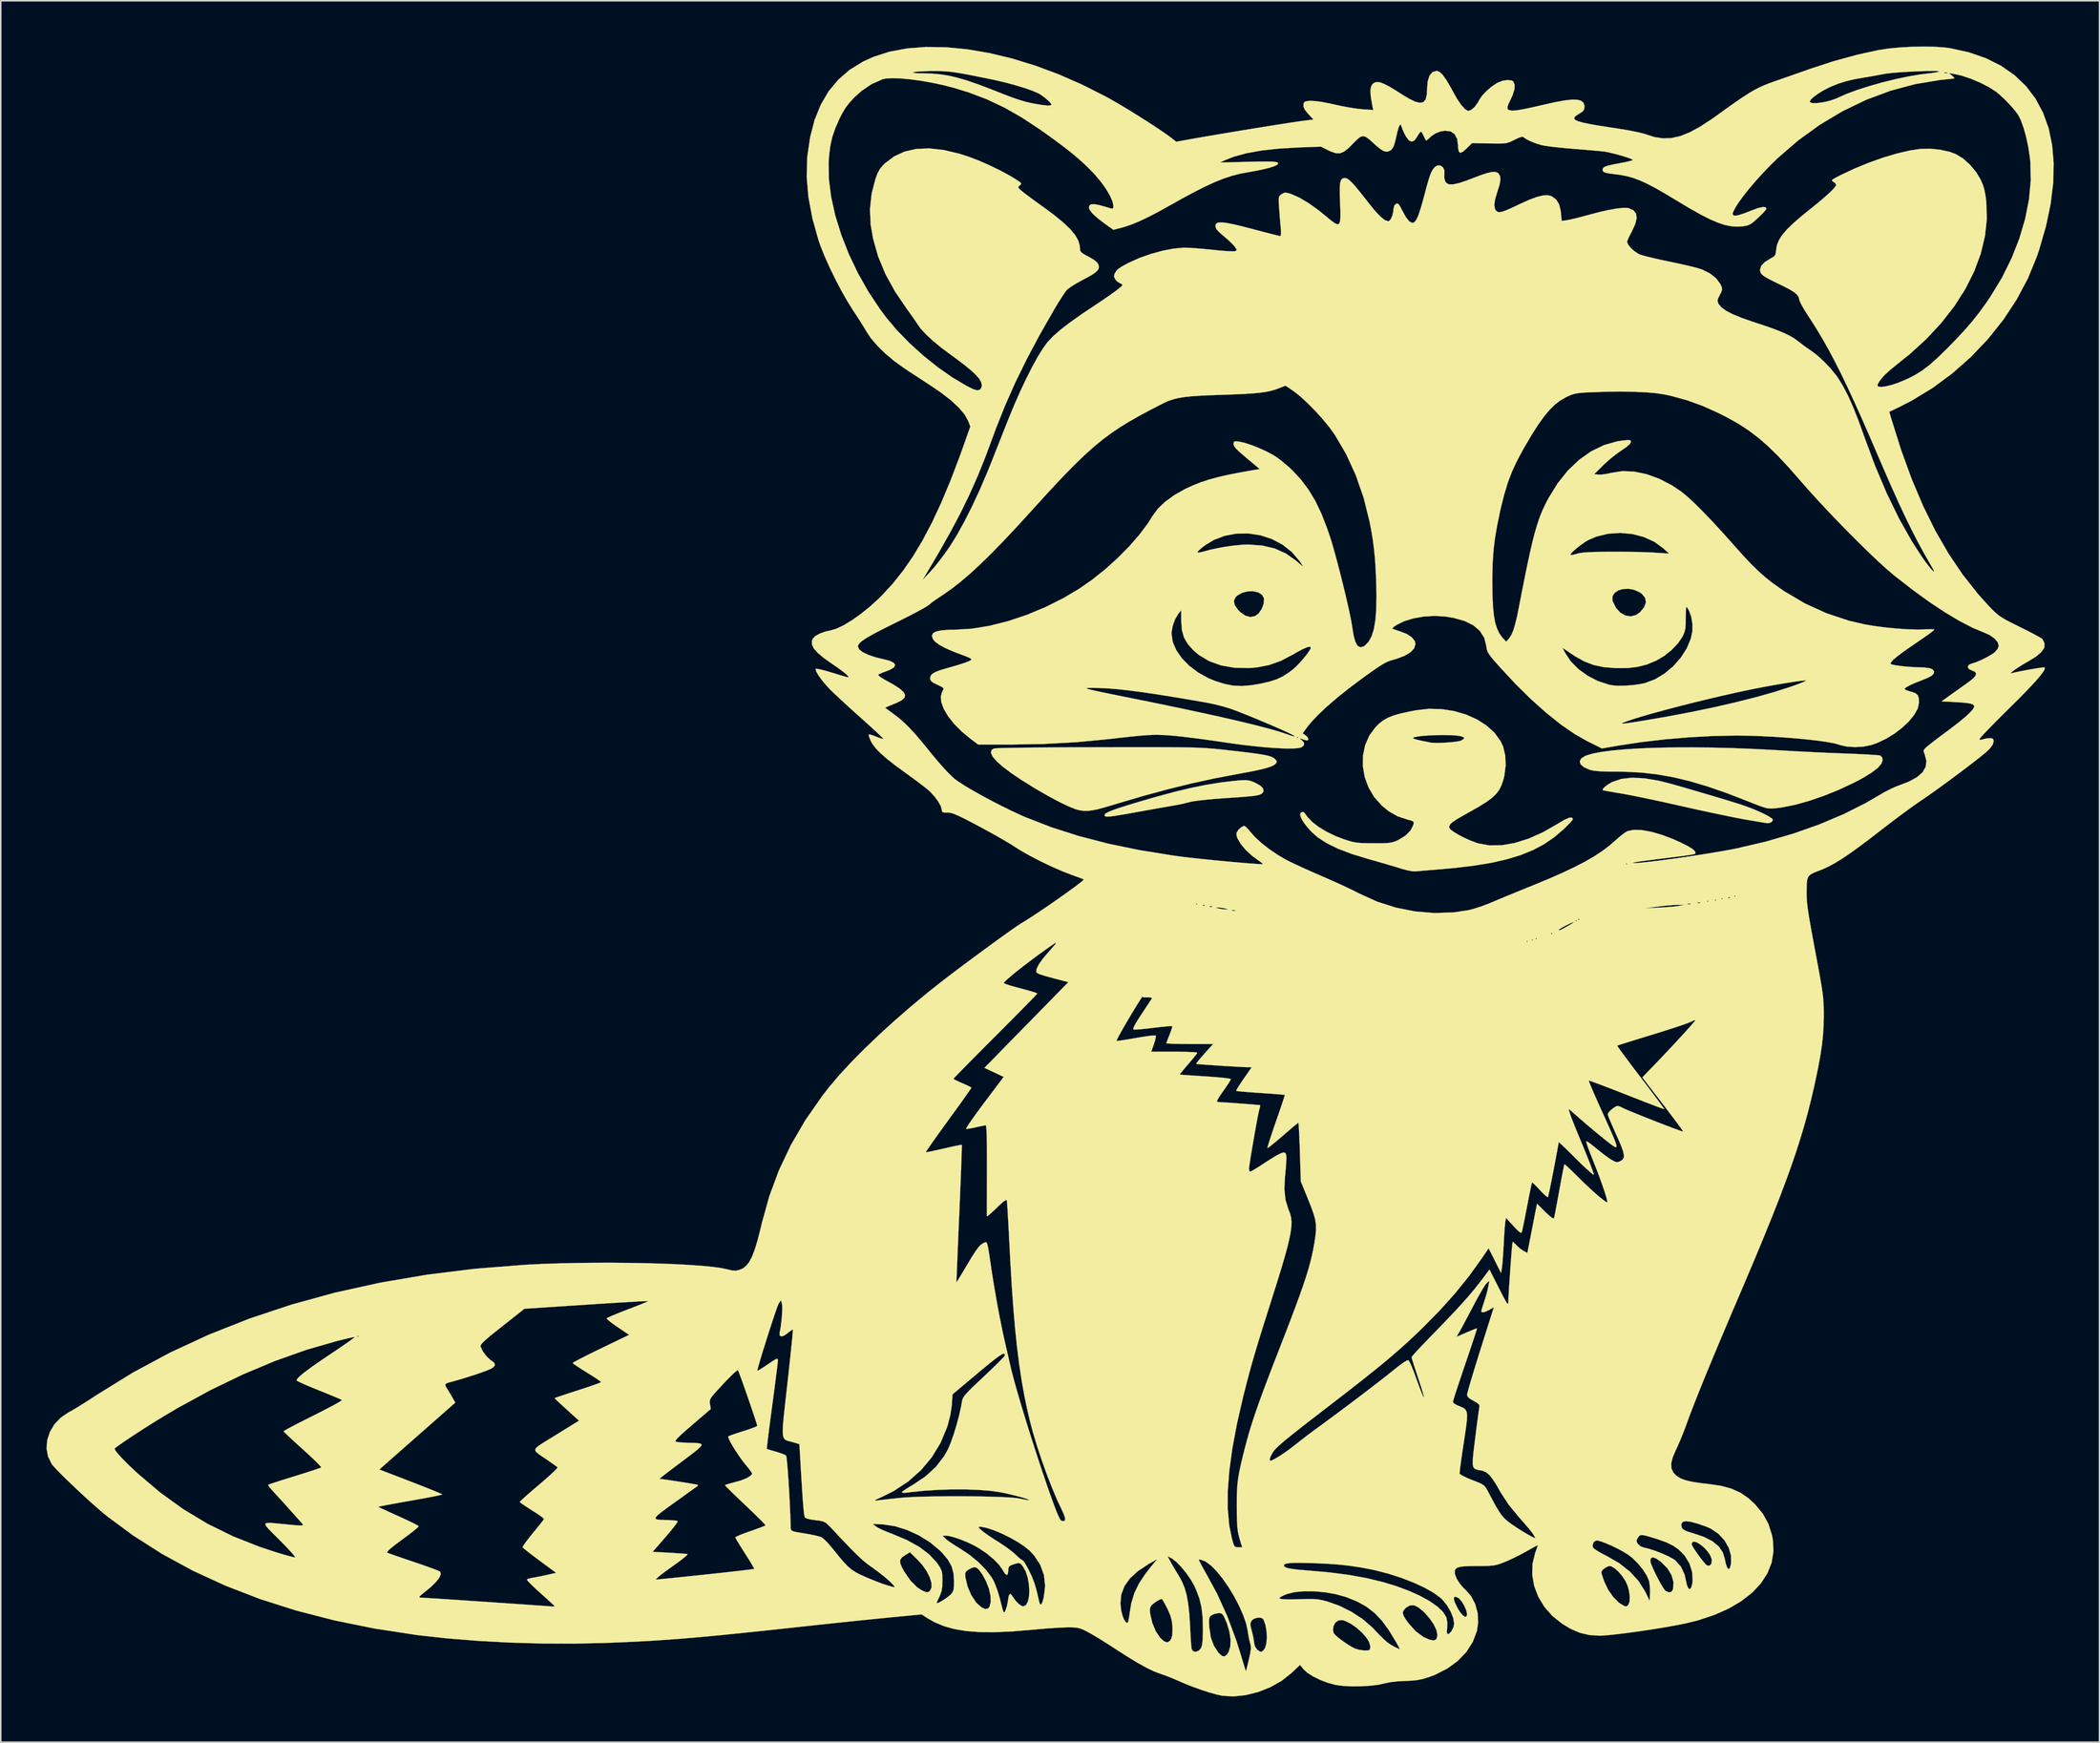
<source format=kicad_pcb>
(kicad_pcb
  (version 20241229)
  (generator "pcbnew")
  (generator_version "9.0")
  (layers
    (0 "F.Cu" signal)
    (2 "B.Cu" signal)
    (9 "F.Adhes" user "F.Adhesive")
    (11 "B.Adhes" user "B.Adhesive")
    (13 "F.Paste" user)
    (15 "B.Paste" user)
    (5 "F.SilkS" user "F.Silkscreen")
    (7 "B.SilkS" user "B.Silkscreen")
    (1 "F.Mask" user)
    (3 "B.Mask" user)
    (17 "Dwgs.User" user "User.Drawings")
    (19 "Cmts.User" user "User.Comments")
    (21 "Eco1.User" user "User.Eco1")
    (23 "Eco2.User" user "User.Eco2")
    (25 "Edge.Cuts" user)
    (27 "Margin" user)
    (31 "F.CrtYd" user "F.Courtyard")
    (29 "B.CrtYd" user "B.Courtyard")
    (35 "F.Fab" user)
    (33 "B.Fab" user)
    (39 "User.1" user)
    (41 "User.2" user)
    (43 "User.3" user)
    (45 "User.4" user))
  (footprint "F.SilkS_g9"
    (layer "F.Cu")
    (at 75.331 61.545)
    (property "Reference" "F.SilkS_g9" (at 0 0 0) (layer "F.SilkS") (effects (font (size 1.524 1.524) (thickness 0.3))))
    (attr through_hole)
    (fp_poly (pts (xy 29.505 -13.533) (xy 30.44 -13.374) (xy 31.098 -13.211) (xy 31.597 -13.072) (xy 32.214 -12.895) (xy 32.906 -12.693) (xy 33.63 -12.48) (xy 34.344 -12.268) (xy 35.002 -12.069) (xy 35.563 -11.896) (xy 35.717 -11.848) (xy 36.188 -11.688) (xy 36.652 -11.51) (xy 37.083 -11.326) (xy 37.452 -11.149) (xy 37.733 -10.992) (xy 37.898 -10.867) (xy 37.931 -10.81) (xy 37.857 -10.677) (xy 37.679 -10.597) (xy 37.564 -10.589) (xy 37.451 -10.605) (xy 37.201 -10.646) (xy 36.844 -10.706) (xy 36.411 -10.78) (xy 36.068 -10.84) (xy 35.63 -10.921) (xy 35.061 -11.034) (xy 34.395 -11.172) (xy 33.665 -11.326) (xy 32.907 -11.491) (xy 32.154 -11.659) (xy 31.877 -11.722) (xy 31.15 -11.886) (xy 30.421 -12.045) (xy 29.719 -12.195) (xy 29.076 -12.328) (xy 28.522 -12.439) (xy 28.088 -12.52) (xy 27.94 -12.545) (xy 27.521 -12.614) (xy 27.166 -12.676) (xy 26.906 -12.724) (xy 26.772 -12.753) (xy 26.762 -12.757) (xy 26.775 -12.836) (xy 26.899 -12.967) (xy 27.098 -13.12) (xy 27.334 -13.264) (xy 27.398 -13.296) (xy 27.985 -13.494) (xy 28.687 -13.573) (xy 29.505 -13.533)) (stroke (width 0.01) (type solid)) (fill yes) (layer "F.SilkS"))
    (fp_poly (pts (xy 3.548 -13.393) (xy 3.74 -13.336) (xy 3.94 -13.253) (xy 4.29 -13.062) (xy 4.483 -12.871) (xy 4.512 -12.687) (xy 4.463 -12.596) (xy 4.399 -12.531) (xy 4.311 -12.478) (xy 4.176 -12.434) (xy 3.975 -12.395) (xy 3.689 -12.36) (xy 3.295 -12.324) (xy 2.776 -12.285) (xy 2.109 -12.24) (xy 2.032 -12.235) (xy 1.404 -12.189) (xy 0.826 -12.137) (xy 0.327 -12.083) (xy -0.065 -12.03) (xy -0.319 -11.982) (xy -0.339 -11.976) (xy -0.709 -11.882) (xy -1.11 -11.796) (xy -1.27 -11.767) (xy -1.491 -11.73) (xy -1.846 -11.668) (xy -2.305 -11.587) (xy -2.835 -11.492) (xy -3.405 -11.39) (xy -3.629 -11.349) (xy -4.312 -11.227) (xy -4.846 -11.134) (xy -5.25 -11.069) (xy -5.539 -11.031) (xy -5.733 -11.019) (xy -5.849 -11.03) (xy -5.904 -11.064) (xy -5.916 -11.118) (xy -5.911 -11.152) (xy -5.844 -11.228) (xy -5.662 -11.327) (xy -5.357 -11.45) (xy -4.922 -11.603) (xy -4.348 -11.785) (xy -3.628 -12.002) (xy -2.752 -12.255) (xy -2.54 -12.315) (xy -1.333 -12.643) (xy -0.244 -12.905) (xy 0.762 -13.109) (xy 1.721 -13.263) (xy 2.667 -13.373) (xy 2.685 -13.375) (xy 3.072 -13.408) (xy 3.342 -13.416) (xy 3.548 -13.393)) (stroke (width 0.01) (type solid)) (fill yes) (layer "F.SilkS"))
    (fp_poly (pts (xy 33.962 -15.548) (xy 35.31 -15.514) (xy 36.695 -15.459) (xy 38.105 -15.385) (xy 38.312 -15.372) (xy 39.051 -15.329) (xy 39.896 -15.284) (xy 40.786 -15.24) (xy 41.658 -15.201) (xy 42.449 -15.169) (xy 42.63 -15.162) (xy 43.23 -15.139) (xy 43.779 -15.114) (xy 44.253 -15.088) (xy 44.628 -15.064) (xy 44.88 -15.042) (xy 44.979 -15.026) (xy 45.099 -14.894) (xy 45.127 -14.73) (xy 45.049 -14.492) (xy 44.813 -14.221) (xy 44.417 -13.915) (xy 43.86 -13.572) (xy 43.274 -13.26) (xy 42.296 -12.8) (xy 41.299 -12.395) (xy 40.315 -12.056) (xy 39.378 -11.795) (xy 38.522 -11.623) (xy 38.1 -11.57) (xy 37.887 -11.553) (xy 37.703 -11.554) (xy 37.516 -11.581) (xy 37.293 -11.642) (xy 37 -11.746) (xy 36.605 -11.9) (xy 36.28 -12.03) (xy 34.922 -12.555) (xy 33.678 -12.987) (xy 32.521 -13.333) (xy 31.426 -13.597) (xy 30.369 -13.787) (xy 29.323 -13.907) (xy 28.264 -13.963) (xy 27.765 -13.97) (xy 27.151 -13.974) (xy 26.681 -13.989) (xy 26.327 -14.015) (xy 26.064 -14.055) (xy 25.889 -14.102) (xy 25.527 -14.267) (xy 25.315 -14.454) (xy 25.257 -14.648) (xy 25.358 -14.837) (xy 25.619 -15.003) (xy 25.668 -15.024) (xy 26.091 -15.152) (xy 26.669 -15.264) (xy 27.389 -15.358) (xy 28.238 -15.435) (xy 29.204 -15.495) (xy 30.272 -15.536) (xy 31.43 -15.559) (xy 32.664 -15.563) (xy 33.962 -15.548)) (stroke (width 0.01) (type solid)) (fill yes) (layer "F.SilkS"))
    (fp_poly (pts (xy -2.318 -15.576) (xy -1.633 -15.573) (xy -1.046 -15.568) (xy -0.543 -15.561) (xy -0.11 -15.551) (xy 0.269 -15.538) (xy 0.606 -15.521) (xy 0.916 -15.501) (xy 1.214 -15.477) (xy 1.514 -15.449) (xy 1.83 -15.416) (xy 2.176 -15.377) (xy 2.263 -15.367) (xy 3.037 -15.279) (xy 3.66 -15.203) (xy 4.15 -15.136) (xy 4.527 -15.074) (xy 4.806 -15.015) (xy 5.008 -14.955) (xy 5.149 -14.89) (xy 5.249 -14.817) (xy 5.264 -14.802) (xy 5.376 -14.67) (xy 5.367 -14.571) (xy 5.295 -14.481) (xy 5.175 -14.389) (xy 4.975 -14.298) (xy 4.68 -14.204) (xy 4.273 -14.102) (xy 3.738 -13.989) (xy 3.059 -13.86) (xy 2.709 -13.797) (xy 1.249 -13.518) (xy -0.218 -13.197) (xy -1.727 -12.826) (xy -3.312 -12.396) (xy -5.008 -11.898) (xy -5.292 -11.812) (xy -5.879 -11.637) (xy -6.338 -11.513) (xy -6.701 -11.436) (xy -6.997 -11.4) (xy -7.26 -11.399) (xy -7.519 -11.429) (xy -7.539 -11.432) (xy -7.862 -11.522) (xy -8.306 -11.704) (xy -8.858 -11.969) (xy -9.501 -12.31) (xy -10.22 -12.72) (xy -10.583 -12.936) (xy -11.395 -13.442) (xy -12.072 -13.901) (xy -12.612 -14.31) (xy -13.01 -14.666) (xy -13.264 -14.967) (xy -13.372 -15.209) (xy -13.33 -15.389) (xy -13.179 -15.489) (xy -13.065 -15.501) (xy -12.794 -15.513) (xy -12.381 -15.524) (xy -11.839 -15.534) (xy -11.18 -15.544) (xy -10.418 -15.552) (xy -9.567 -15.56) (xy -8.64 -15.566) (xy -7.65 -15.571) (xy -6.61 -15.573) (xy -6.322 -15.574) (xy -5.103 -15.576) (xy -4.038 -15.577) (xy -3.115 -15.577) (xy -2.318 -15.576)) (stroke (width 0.01) (type solid)) (fill yes) (layer "F.SilkS"))
    (fp_poly (pts (xy 16.207 -18.072) (xy 17.027 -17.943) (xy 17.804 -17.715) (xy 18.516 -17.396) (xy 19.143 -16.996) (xy 19.664 -16.522) (xy 20.057 -15.985) (xy 20.229 -15.618) (xy 20.371 -15.032) (xy 20.397 -14.37) (xy 20.306 -13.68) (xy 20.249 -13.448) (xy 20.134 -13.099) (xy 19.986 -12.798) (xy 19.785 -12.525) (xy 19.51 -12.261) (xy 19.141 -11.987) (xy 18.66 -11.685) (xy 18.044 -11.334) (xy 17.995 -11.307) (xy 17.512 -11.036) (xy 17.161 -10.828) (xy 16.922 -10.668) (xy 16.778 -10.54) (xy 16.708 -10.429) (xy 16.694 -10.322) (xy 16.697 -10.292) (xy 16.784 -10.173) (xy 16.997 -10.013) (xy 17.303 -9.829) (xy 17.668 -9.64) (xy 18.061 -9.462) (xy 18.448 -9.314) (xy 18.61 -9.263) (xy 19.339 -9.131) (xy 20.141 -9.142) (xy 21.002 -9.292) (xy 21.909 -9.578) (xy 22.848 -9.997) (xy 23.807 -10.545) (xy 23.862 -10.58) (xy 24.276 -10.824) (xy 24.572 -10.95) (xy 24.75 -10.958) (xy 24.807 -10.851) (xy 24.749 -10.764) (xy 24.593 -10.59) (xy 24.366 -10.358) (xy 24.182 -10.18) (xy 23.584 -9.668) (xy 22.932 -9.221) (xy 22.21 -8.836) (xy 21.404 -8.506) (xy 20.499 -8.227) (xy 19.48 -7.995) (xy 18.333 -7.805) (xy 17.042 -7.65) (xy 16.256 -7.579) (xy 15.741 -7.536) (xy 15.268 -7.496) (xy 14.871 -7.463) (xy 14.58 -7.438) (xy 14.436 -7.425) (xy 14.24 -7.44) (xy 13.939 -7.5) (xy 13.587 -7.593) (xy 13.462 -7.632) (xy 13.126 -7.736) (xy 12.674 -7.87) (xy 12.155 -8.021) (xy 11.617 -8.175) (xy 11.345 -8.251) (xy 10.295 -8.573) (xy 9.405 -8.913) (xy 8.666 -9.274) (xy 8.071 -9.66) (xy 7.699 -9.983) (xy 7.39 -10.32) (xy 7.146 -10.642) (xy 6.982 -10.923) (xy 6.912 -11.14) (xy 6.95 -11.266) (xy 6.956 -11.271) (xy 7.061 -11.326) (xy 7.144 -11.313) (xy 7.246 -11.207) (xy 7.389 -11.01) (xy 7.688 -10.685) (xy 8.118 -10.351) (xy 8.645 -10.031) (xy 9.232 -9.746) (xy 9.698 -9.566) (xy 10.048 -9.45) (xy 10.33 -9.37) (xy 10.592 -9.319) (xy 10.881 -9.291) (xy 11.244 -9.278) (xy 11.726 -9.275) (xy 12.203 -9.275) (xy 12.548 -9.283) (xy 12.799 -9.303) (xy 12.995 -9.342) (xy 13.173 -9.405) (xy 13.371 -9.496) (xy 13.399 -9.51) (xy 13.845 -9.791) (xy 14.169 -10.127) (xy 14.347 -10.494) (xy 14.35 -10.504) (xy 14.368 -10.635) (xy 14.318 -10.714) (xy 14.162 -10.774) (xy 13.98 -10.819) (xy 13.321 -11.035) (xy 12.728 -11.372) (xy 12.268 -11.748) (xy 11.771 -12.309) (xy 11.397 -12.944) (xy 11.149 -13.626) (xy 11.029 -14.332) (xy 11.039 -15.036) (xy 11.181 -15.715) (xy 11.383 -16.176) (xy 14.309 -16.176) (xy 14.384 -16.126) (xy 14.581 -16.064) (xy 14.796 -16.015) (xy 15.093 -15.956) (xy 15.342 -15.905) (xy 15.452 -15.881) (xy 15.665 -15.858) (xy 15.987 -15.855) (xy 16.369 -15.869) (xy 16.759 -15.896) (xy 17.11 -15.934) (xy 17.371 -15.978) (xy 17.462 -16.007) (xy 17.649 -16.117) (xy 17.671 -16.204) (xy 17.526 -16.276) (xy 17.378 -16.311) (xy 17.098 -16.347) (xy 16.729 -16.367) (xy 16.303 -16.373) (xy 15.851 -16.367) (xy 15.406 -16.348) (xy 14.997 -16.319) (xy 14.658 -16.282) (xy 14.419 -16.237) (xy 14.312 -16.186) (xy 14.309 -16.176) (xy 11.383 -16.176) (xy 11.456 -16.343) (xy 11.842 -16.869) (xy 12.102 -17.129) (xy 12.368 -17.337) (xy 12.67 -17.508) (xy 13.035 -17.653) (xy 13.494 -17.783) (xy 14.073 -17.912) (xy 14.52 -17.998) (xy 15.364 -18.094) (xy 16.207 -18.072)) (stroke (width 0.01) (type solid)) (fill yes) (layer "F.SilkS"))
    (fp_poly (pts (xy 48.576 -61.524) (xy 49.232 -61.477) (xy 49.543 -61.435) (xy 50.788 -61.162) (xy 51.91 -60.773) (xy 52.91 -60.271) (xy 53.785 -59.66) (xy 54.535 -58.943) (xy 55.157 -58.122) (xy 55.651 -57.202) (xy 56.016 -56.185) (xy 56.249 -55.074) (xy 56.35 -53.873) (xy 56.317 -52.586) (xy 56.149 -51.214) (xy 55.845 -49.761) (xy 55.403 -48.231) (xy 55.241 -47.752) (xy 54.659 -46.33) (xy 53.923 -44.948) (xy 53.047 -43.619) (xy 52.043 -42.36) (xy 50.925 -41.183) (xy 49.706 -40.105) (xy 48.4 -39.139) (xy 47.02 -38.301) (xy 46.259 -37.911) (xy 45.564 -37.577) (xy 45.692 -37.14) (xy 46.341 -35.072) (xy 47.038 -33.159) (xy 47.787 -31.392) (xy 48.592 -29.764) (xy 49.457 -28.266) (xy 50.387 -26.888) (xy 51.387 -25.624) (xy 52.071 -24.864) (xy 52.323 -24.601) (xy 52.535 -24.396) (xy 52.739 -24.226) (xy 52.966 -24.071) (xy 53.248 -23.908) (xy 53.617 -23.717) (xy 54.105 -23.475) (xy 54.138 -23.458) (xy 54.586 -23.235) (xy 54.983 -23.03) (xy 55.303 -22.858) (xy 55.52 -22.733) (xy 55.607 -22.671) (xy 55.696 -22.508) (xy 55.753 -22.341) (xy 55.729 -22.093) (xy 55.542 -21.819) (xy 55.197 -21.523) (xy 54.696 -21.211) (xy 54.636 -21.178) (xy 54.342 -21.01) (xy 54.06 -20.834) (xy 53.816 -20.67) (xy 53.635 -20.533) (xy 53.539 -20.443) (xy 53.555 -20.417) (xy 53.594 -20.426) (xy 53.785 -20.477) (xy 54.075 -20.539) (xy 54.426 -20.608) (xy 54.8 -20.676) (xy 55.159 -20.737) (xy 55.464 -20.783) (xy 55.677 -20.809) (xy 55.759 -20.808) (xy 55.764 -20.705) (xy 55.659 -20.513) (xy 55.441 -20.227) (xy 55.108 -19.844) (xy 54.655 -19.361) (xy 54.081 -18.773) (xy 53.418 -18.115) (xy 52.947 -17.648) (xy 52.516 -17.216) (xy 52.142 -16.835) (xy 51.838 -16.518) (xy 51.618 -16.281) (xy 51.497 -16.139) (xy 51.477 -16.106) (xy 51.525 -16.048) (xy 51.687 -16.086) (xy 51.695 -16.089) (xy 51.951 -16.152) (xy 52.16 -16.171) (xy 52.338 -16.148) (xy 52.403 -16.046) (xy 52.409 -15.945) (xy 52.351 -15.743) (xy 52.168 -15.497) (xy 52.014 -15.34) (xy 51.808 -15.16) (xy 51.488 -14.9) (xy 51.075 -14.577) (xy 50.594 -14.209) (xy 50.067 -13.812) (xy 49.518 -13.404) (xy 48.969 -13.004) (xy 48.445 -12.627) (xy 47.968 -12.291) (xy 47.562 -12.014) (xy 47.54 -11.999) (xy 47.223 -11.781) (xy 46.806 -11.481) (xy 46.321 -11.123) (xy 45.799 -10.732) (xy 45.275 -10.331) (xy 45.043 -10.152) (xy 44.249 -9.539) (xy 43.566 -9.027) (xy 42.978 -8.605) (xy 42.468 -8.26) (xy 42.019 -7.983) (xy 41.615 -7.763) (xy 41.24 -7.588) (xy 41.013 -7.497) (xy 40.652 -7.357) (xy 40.409 -7.233) (xy 40.26 -7.09) (xy 40.182 -6.89) (xy 40.15 -6.596) (xy 40.141 -6.171) (xy 40.14 -6.155) (xy 40.14 -5.921) (xy 40.146 -5.693) (xy 40.162 -5.451) (xy 40.191 -5.176) (xy 40.235 -4.85) (xy 40.297 -4.453) (xy 40.38 -3.966) (xy 40.487 -3.371) (xy 40.62 -2.649) (xy 40.783 -1.78) (xy 40.791 -1.736) (xy 40.928 -1.001) (xy 41.036 -0.406) (xy 41.118 0.078) (xy 41.178 0.478) (xy 41.22 0.821) (xy 41.246 1.134) (xy 41.26 1.445) (xy 41.266 1.781) (xy 41.267 2.074) (xy 41.255 2.701) (xy 41.216 3.317) (xy 41.148 3.954) (xy 41.044 4.646) (xy 40.902 5.424) (xy 40.715 6.32) (xy 40.634 6.689) (xy 40.435 7.547) (xy 40.22 8.396) (xy 39.985 9.249) (xy 39.725 10.121) (xy 39.435 11.024) (xy 39.109 11.975) (xy 38.742 12.986) (xy 38.331 14.071) (xy 37.868 15.245) (xy 37.35 16.522) (xy 36.772 17.916) (xy 36.128 19.441) (xy 35.752 20.32) (xy 35.119 21.803) (xy 34.552 23.141) (xy 34.048 24.343) (xy 33.603 25.418) (xy 33.212 26.376) (xy 32.873 27.225) (xy 32.582 27.975) (xy 32.334 28.635) (xy 32.212 28.971) (xy 32.041 29.425) (xy 31.844 29.907) (xy 31.653 30.342) (xy 31.571 30.515) (xy 31.357 31.011) (xy 31.256 31.407) (xy 31.267 31.727) (xy 31.388 31.995) (xy 31.419 32.037) (xy 31.612 32.233) (xy 31.865 32.391) (xy 32.2 32.517) (xy 32.64 32.62) (xy 33.211 32.707) (xy 33.712 32.764) (xy 34.524 32.882) (xy 35.209 33.068) (xy 35.8 33.336) (xy 36.33 33.699) (xy 36.757 34.095) (xy 37.272 34.719) (xy 37.636 35.381) (xy 37.869 36.119) (xy 37.926 36.424) (xy 37.966 37.189) (xy 37.845 37.924) (xy 37.569 38.622) (xy 37.144 39.277) (xy 36.577 39.885) (xy 35.872 40.438) (xy 35.038 40.93) (xy 34.08 41.357) (xy 33.004 41.711) (xy 32.211 41.907) (xy 31.68 42.014) (xy 31.06 42.127) (xy 30.38 42.241) (xy 29.671 42.351) (xy 28.962 42.455) (xy 28.282 42.546) (xy 27.662 42.622) (xy 27.131 42.678) (xy 26.72 42.709) (xy 26.543 42.714) (xy 25.871 42.669) (xy 25.256 42.522) (xy 24.648 42.258) (xy 24.111 41.937) (xy 23.467 41.425) (xy 22.94 40.826) (xy 22.538 40.162) (xy 22.269 39.454) (xy 22.141 38.721) (xy 22.145 38.556) (xy 26.67 38.556) (xy 26.699 38.676) (xy 26.774 38.905) (xy 26.879 39.194) (xy 26.885 39.208) (xy 27.135 39.724) (xy 27.46 40.184) (xy 27.822 40.542) (xy 27.977 40.651) (xy 28.184 40.769) (xy 28.305 40.798) (xy 28.396 40.742) (xy 28.448 40.683) (xy 28.527 40.476) (xy 28.541 40.159) (xy 28.49 39.775) (xy 28.4 39.437) (xy 28.257 39.123) (xy 28.049 38.808) (xy 27.805 38.523) (xy 27.555 38.297) (xy 27.328 38.162) (xy 27.165 38.144) (xy 26.938 38.251) (xy 26.754 38.399) (xy 26.671 38.544) (xy 26.67 38.556) (xy 22.145 38.556) (xy 22.161 37.986) (xy 22.338 37.27) (xy 22.351 37.236) (xy 22.439 36.993) (xy 22.491 36.828) (xy 22.496 36.799) (xy 26.1 36.799) (xy 26.121 36.919) (xy 26.215 37.017) (xy 26.434 37.165) (xy 26.75 37.345) (xy 27.063 37.505) (xy 27.861 37.968) (xy 28.554 38.519) (xy 29.122 39.139) (xy 29.544 39.81) (xy 29.557 39.836) (xy 29.845 40.428) (xy 29.87 39.945) (xy 29.868 39.602) (xy 29.834 39.266) (xy 29.804 39.12) (xy 29.654 38.768) (xy 29.397 38.369) (xy 29.069 37.968) (xy 28.912 37.814) (xy 29.887 37.814) (xy 29.927 37.976) (xy 30.034 38.242) (xy 30.187 38.573) (xy 30.365 38.928) (xy 30.548 39.267) (xy 30.715 39.549) (xy 30.846 39.734) (xy 30.885 39.772) (xy 31.103 39.874) (xy 31.28 39.829) (xy 31.378 39.661) (xy 31.408 39.204) (xy 31.28 38.741) (xy 31.004 38.29) (xy 30.588 37.873) (xy 30.551 37.843) (xy 30.247 37.637) (xy 30.036 37.572) (xy 29.917 37.648) (xy 29.887 37.814) (xy 28.912 37.814) (xy 28.706 37.611) (xy 28.421 37.391) (xy 28.092 37.191) (xy 27.713 36.988) (xy 27.319 36.798) (xy 26.946 36.638) (xy 26.629 36.522) (xy 26.403 36.466) (xy 26.331 36.467) (xy 26.157 36.588) (xy 26.1 36.799) (xy 22.496 36.799) (xy 22.498 36.782) (xy 22.422 36.815) (xy 22.231 36.915) (xy 21.96 37.067) (xy 21.759 37.181) (xy 21.345 37.407) (xy 20.883 37.636) (xy 20.459 37.829) (xy 20.362 37.869) (xy 20.072 37.982) (xy 19.833 38.059) (xy 19.6 38.106) (xy 19.327 38.131) (xy 18.968 38.141) (xy 18.584 38.142) (xy 18.046 38.148) (xy 17.653 38.166) (xy 17.381 38.203) (xy 17.206 38.263) (xy 17.104 38.35) (xy 17.058 38.445) (xy 17.064 38.664) (xy 17.172 38.95) (xy 17.36 39.261) (xy 17.602 39.553) (xy 17.741 39.683) (xy 18.123 40.108) (xy 18.399 40.636) (xy 18.559 41.231) (xy 18.592 41.858) (xy 18.51 42.405) (xy 18.24 43.124) (xy 17.819 43.781) (xy 17.26 44.367) (xy 16.573 44.869) (xy 15.77 45.277) (xy 15.366 45.43) (xy 14.966 45.552) (xy 14.589 45.628) (xy 14.164 45.669) (xy 13.801 45.683) (xy 13.302 45.71) (xy 12.845 45.763) (xy 12.488 45.834) (xy 12.446 45.846) (xy 12.028 45.937) (xy 11.494 46) (xy 10.899 46.034) (xy 10.293 46.038) (xy 9.73 46.01) (xy 9.262 45.948) (xy 9.229 45.941) (xy 8.724 45.803) (xy 8.22 45.61) (xy 7.758 45.383) (xy 7.381 45.142) (xy 7.137 44.917) (xy 6.909 44.63) (xy 6.335 45.172) (xy 5.697 45.676) (xy 4.958 46.093) (xy 4.157 46.41) (xy 3.331 46.616) (xy 2.517 46.698) (xy 1.817 46.655) (xy 1.439 46.574) (xy 0.952 46.437) (xy 0.401 46.258) (xy -0.169 46.052) (xy -0.713 45.835) (xy -1.008 45.705) (xy -1.402 45.534) (xy -1.813 45.37) (xy -2.165 45.242) (xy -2.236 45.219) (xy -2.657 45.061) (xy -3.155 44.823) (xy -3.744 44.497) (xy -4.437 44.077) (xy -5.207 43.581) (xy -5.651 43.294) (xy -6.105 43.008) (xy -6.525 42.752) (xy -6.864 42.555) (xy -6.943 42.511) (xy -7.268 42.341) (xy -7.515 42.238) (xy -7.752 42.186) (xy -8.045 42.168) (xy -8.297 42.165) (xy -8.611 42.174) (xy -9.052 42.197) (xy -9.581 42.233) (xy -10.156 42.279) (xy -10.737 42.332) (xy -10.753 42.333) (xy -12.019 42.437) (xy -13.139 42.485) (xy -14.128 42.476) (xy -15 42.408) (xy -15.77 42.279) (xy -16.453 42.088) (xy -17.063 41.834) (xy -17.531 41.568) (xy -17.921 41.318) (xy -20.115 41.529) (xy -20.717 41.589) (xy -21.451 41.663) (xy -22.281 41.748) (xy -23.172 41.841) (xy -24.087 41.938) (xy -24.991 42.035) (xy -25.781 42.12) (xy -27.276 42.282) (xy -28.62 42.426) (xy -29.832 42.552) (xy -30.928 42.662) (xy -31.928 42.758) (xy -32.847 42.841) (xy -33.705 42.913) (xy -34.519 42.974) (xy -35.306 43.028) (xy -36.084 43.074) (xy -36.871 43.114) (xy -37.684 43.151) (xy -38.542 43.185) (xy -38.67 43.19) (xy -40.722 43.236) (xy -42.828 43.228) (xy -44.944 43.166) (xy -47.027 43.054) (xy -49.036 42.893) (xy -50.928 42.684) (xy -51.054 42.668) (xy -53.811 42.245) (xy -56.442 41.711) (xy -58.948 41.065) (xy -61.331 40.305) (xy -63.593 39.432) (xy -65.735 38.445) (xy -67.76 37.343) (xy -69.668 36.126) (xy -71.379 34.858) (xy -71.719 34.577) (xy -72.122 34.228) (xy -72.565 33.832) (xy -73.028 33.408) (xy -73.488 32.977) (xy -73.925 32.559) (xy -74.316 32.175) (xy -74.64 31.846) (xy -74.876 31.591) (xy -74.986 31.454) (xy -75.23 30.96) (xy -75.322 30.448) (xy -70.866 30.448) (xy -70.804 30.576) (xy -70.628 30.799) (xy -70.352 31.1) (xy -69.99 31.465) (xy -69.558 31.877) (xy -69.35 32.069) (xy -67.874 33.321) (xy -66.348 34.421) (xy -64.754 35.379) (xy -63.074 36.204) (xy -61.291 36.907) (xy -60.085 37.299) (xy -59.7 37.411) (xy -59.367 37.504) (xy -59.125 37.565) (xy -59.014 37.587) (xy -59.031 37.532) (xy -59.153 37.377) (xy -59.364 37.139) (xy -59.648 36.837) (xy -59.99 36.488) (xy -60.029 36.449) (xy -60.448 36.033) (xy -60.75 35.726) (xy -60.929 35.515) (xy -60.977 35.386) (xy -60.886 35.324) (xy -60.651 35.315) (xy -60.263 35.345) (xy -59.715 35.4) (xy -59.504 35.42) (xy -59.063 35.461) (xy -58.767 35.482) (xy -58.592 35.483) (xy -58.514 35.464) (xy -58.509 35.424) (xy -58.529 35.393) (xy -58.616 35.291) (xy -58.795 35.088) (xy -59.044 34.809) (xy -59.341 34.478) (xy -59.537 34.261) (xy -53.567 34.261) (xy -53.484 34.303) (xy -53.273 34.402) (xy -52.96 34.547) (xy -52.569 34.725) (xy -52.235 34.876) (xy -51.803 35.075) (xy -51.429 35.253) (xy -51.139 35.398) (xy -50.958 35.497) (xy -50.91 35.534) (xy -50.967 35.604) (xy -51.141 35.754) (xy -51.407 35.967) (xy -51.743 36.222) (xy -51.988 36.403) (xy -52.429 36.73) (xy -52.736 36.973) (xy -52.918 37.14) (xy -52.983 37.239) (xy -52.969 37.27) (xy -52.855 37.316) (xy -52.606 37.406) (xy -52.25 37.531) (xy -51.811 37.681) (xy -51.318 37.848) (xy -51.223 37.88) (xy -50.724 38.049) (xy -50.277 38.207) (xy -49.91 38.342) (xy -49.646 38.445) (xy -49.513 38.508) (xy -49.505 38.515) (xy -49.462 38.669) (xy -49.553 38.895) (xy -49.764 39.175) (xy -50.086 39.494) (xy -50.337 39.705) (xy -50.63 39.94) (xy -50.805 40.089) (xy -50.875 40.173) (xy -50.853 40.21) (xy -50.754 40.221) (xy -50.7 40.222) (xy -50.576 40.229) (xy -50.303 40.246) (xy -49.899 40.271) (xy -49.384 40.305) (xy -48.777 40.345) (xy -48.098 40.39) (xy -47.365 40.44) (xy -46.598 40.491) (xy -45.817 40.544) (xy -45.04 40.597) (xy -44.287 40.649) (xy -43.577 40.698) (xy -42.929 40.743) (xy -42.363 40.783) (xy -42.143 40.799) (xy -42.017 40.793) (xy -41.995 40.779) (xy -42.054 40.715) (xy -42.219 40.56) (xy -42.466 40.333) (xy -42.774 40.056) (xy -42.924 39.922) (xy -43.249 39.627) (xy -43.519 39.37) (xy -43.713 39.171) (xy -43.809 39.053) (xy -43.815 39.032) (xy -43.715 38.981) (xy -43.508 38.928) (xy -43.415 38.911) (xy -43.138 38.861) (xy -42.78 38.789) (xy -42.474 38.722) (xy -41.895 38.591) (xy -42.982 37.79) (xy -43.353 37.513) (xy -43.673 37.267) (xy -43.744 37.211) (xy -35.562 37.211) (xy -34.483 37.272) (xy -34.063 37.297) (xy -33.698 37.322) (xy -33.425 37.342) (xy -33.281 37.357) (xy -33.275 37.358) (xy -33.298 37.412) (xy -33.442 37.544) (xy -33.686 37.74) (xy -34.011 37.983) (xy -34.325 38.207) (xy -34.7 38.476) (xy -35.007 38.708) (xy -35.226 38.888) (xy -35.34 39) (xy -35.341 39.031) (xy -35.222 39.022) (xy -34.954 38.997) (xy -34.558 38.958) (xy -34.053 38.907) (xy -33.459 38.846) (xy -32.796 38.777) (xy -32.083 38.701) (xy -32.06 38.699) (xy -31.352 38.623) (xy -30.699 38.551) (xy -30.119 38.486) (xy -29.631 38.429) (xy -29.253 38.383) (xy -29.006 38.35) (xy -28.907 38.333) (xy -28.906 38.332) (xy -28.936 38.252) (xy -29.045 38.058) (xy -29.215 37.776) (xy -29.431 37.432) (xy -29.506 37.316) (xy -29.737 36.954) (xy -29.93 36.642) (xy -30.069 36.408) (xy -30.137 36.279) (xy -30.141 36.265) (xy -30.066 36.212) (xy -29.86 36.12) (xy -29.556 36) (xy -29.183 35.866) (xy -29.161 35.859) (xy -28.783 35.726) (xy -28.468 35.611) (xy -28.248 35.524) (xy -28.155 35.479) (xy -28.155 35.478) (xy -28.206 35.409) (xy -28.363 35.243) (xy -28.61 34.995) (xy -28.928 34.683) (xy -29.301 34.325) (xy -29.472 34.163) (xy -29.864 33.79) (xy -30.211 33.456) (xy -30.496 33.178) (xy -30.7 32.974) (xy -30.806 32.861) (xy -30.817 32.845) (xy -30.742 32.804) (xy -30.542 32.74) (xy -30.257 32.665) (xy -30.201 32.651) (xy -29.782 32.533) (xy -29.43 32.395) (xy -29.176 32.253) (xy -29.05 32.121) (xy -29.041 32.082) (xy -29.093 31.974) (xy -29.229 31.785) (xy -29.401 31.577) (xy -29.62 31.306) (xy -29.854 30.984) (xy -30.085 30.641) (xy -30.294 30.306) (xy -30.463 30.011) (xy -30.573 29.784) (xy -30.605 29.655) (xy -30.599 29.641) (xy -30.491 29.59) (xy -30.257 29.504) (xy -29.933 29.395) (xy -29.612 29.293) (xy -29.249 29.176) (xy -28.955 29.07) (xy -28.762 28.99) (xy -28.702 28.948) (xy -28.729 28.844) (xy -28.802 28.609) (xy -28.913 28.272) (xy -29.051 27.862) (xy -29.207 27.406) (xy -29.37 26.934) (xy -29.531 26.472) (xy -29.681 26.05) (xy -29.809 25.696) (xy -29.905 25.437) (xy -29.949 25.332) (xy -28.7 25.332) (xy -28.637 25.313) (xy -28.465 25.213) (xy -28.213 25.052) (xy -28.025 24.924) (xy -27.714 24.713) (xy -27.516 24.59) (xy -27.406 24.545) (xy -27.358 24.569) (xy -27.348 24.65) (xy -27.348 24.654) (xy -27.359 24.783) (xy -27.391 25.058) (xy -27.44 25.459) (xy -27.503 25.963) (xy -27.579 26.55) (xy -27.665 27.198) (xy -27.724 27.642) (xy -27.813 28.309) (xy -27.893 28.92) (xy -27.961 29.456) (xy -28.015 29.897) (xy -28.053 30.223) (xy -28.073 30.415) (xy -28.074 30.459) (xy -27.986 30.492) (xy -27.778 30.556) (xy -27.495 30.638) (xy -27.479 30.642) (xy -27.179 30.735) (xy -26.94 30.826) (xy -26.813 30.895) (xy -26.813 30.896) (xy -26.787 30.999) (xy -26.756 31.249) (xy -26.721 31.621) (xy -26.684 32.093) (xy -26.647 32.64) (xy -26.611 33.24) (xy -26.577 33.87) (xy -26.547 34.505) (xy -26.522 35.123) (xy -26.506 35.648) (xy -26.495 35.745) (xy -26.449 35.814) (xy -26.338 35.867) (xy -26.131 35.916) (xy -25.8 35.974) (xy -25.609 36.005) (xy -25.214 36.074) (xy -24.861 36.148) (xy -24.595 36.217) (xy -24.49 36.255) (xy -24.341 36.367) (xy -24.124 36.579) (xy -23.876 36.857) (xy -23.724 37.042) (xy -23.342 37.516) (xy -23.034 37.878) (xy -22.771 38.154) (xy -22.524 38.366) (xy -22.265 38.54) (xy -21.965 38.698) (xy -21.595 38.865) (xy -21.532 38.893) (xy -20.996 39.115) (xy -20.508 39.299) (xy -20.097 39.436) (xy -19.792 39.514) (xy -19.685 39.529) (xy -19.7 39.479) (xy -19.816 39.344) (xy -20.01 39.151) (xy -20.043 39.12) (xy -20.319 38.88) (xy -20.675 38.597) (xy -21.049 38.317) (xy -21.186 38.22) (xy -21.419 38.052) (xy -21.557 37.943) (xy -19.327 37.943) (xy -19.219 38.216) (xy -19.062 38.5) (xy -18.649 39.101) (xy -18.214 39.537) (xy -17.907 39.738) (xy -17.665 39.848) (xy -17.508 39.863) (xy -17.384 39.787) (xy -17.374 39.776) (xy -17.268 39.557) (xy -17.275 39.25) (xy -17.385 38.883) (xy -17.587 38.483) (xy -17.87 38.077) (xy -18.18 37.735) (xy -18.684 37.243) (xy -18.99 37.424) (xy -19.215 37.581) (xy -19.326 37.743) (xy -19.327 37.943) (xy -21.557 37.943) (xy -21.649 37.871) (xy -21.891 37.661) (xy -22.163 37.406) (xy -22.482 37.089) (xy -22.866 36.693) (xy -23.332 36.202) (xy -23.795 35.708) (xy -24.032 35.46) (xy -24.123 35.38) (xy -21.124 35.38) (xy -20.913 35.552) (xy -20.745 35.653) (xy -20.462 35.787) (xy -20.108 35.936) (xy -19.854 36.032) (xy -18.894 36.434) (xy -18.083 36.882) (xy -17.428 37.374) (xy -16.933 37.906) (xy -16.849 38.024) (xy -16.695 38.266) (xy -16.606 38.465) (xy -16.564 38.687) (xy -16.553 38.995) (xy -16.552 39.106) (xy -16.568 39.521) (xy -16.624 39.835) (xy -16.733 40.118) (xy -16.743 40.138) (xy -16.852 40.368) (xy -16.921 40.532) (xy -16.933 40.576) (xy -16.872 40.58) (xy -16.717 40.508) (xy -16.507 40.385) (xy -16.285 40.236) (xy -16.09 40.087) (xy -15.998 40) (xy -15.89 39.866) (xy -15.827 39.714) (xy -15.798 39.497) (xy -15.79 39.164) (xy -15.79 39.13) (xy -15.825 38.655) (xy -15.061 38.655) (xy -15.043 38.89) (xy -15.042 38.901) (xy -14.904 39.487) (xy -14.667 40.044) (xy -14.358 40.51) (xy -14.272 40.606) (xy -13.975 40.865) (xy -13.732 40.969) (xy -13.547 40.919) (xy -13.465 40.815) (xy -13.382 40.503) (xy -13.397 40.096) (xy -13.503 39.631) (xy -13.69 39.144) (xy -13.934 38.698) (xy -14.144 38.402) (xy -14.323 38.247) (xy -14.509 38.224) (xy -14.741 38.32) (xy -14.89 38.411) (xy -15.016 38.517) (xy -15.061 38.655) (xy -15.825 38.655) (xy -15.829 38.606) (xy -15.956 38.152) (xy -16.193 37.729) (xy -16.557 37.292) (xy -16.722 37.126) (xy -17.36 36.594) (xy -18.067 36.153) (xy -16.54 36.153) (xy -16.36 36.344) (xy -16.213 36.466) (xy -15.958 36.645) (xy -15.636 36.852) (xy -15.392 37) (xy -14.773 37.412) (xy -14.204 37.88) (xy -13.716 38.375) (xy -13.34 38.865) (xy -13.181 39.144) (xy -13.042 39.477) (xy -12.898 39.89) (xy -12.781 40.299) (xy -12.774 40.329) (xy -12.671 40.744) (xy -12.598 41.013) (xy -12.544 41.155) (xy -12.499 41.189) (xy -12.453 41.133) (xy -12.399 41.014) (xy -12.317 40.753) (xy -12.258 40.448) (xy -12.253 40.399) (xy -12.203 40.106) (xy -12.131 39.978) (xy -12.037 40.017) (xy -11.992 40.082) (xy -11.778 40.388) (xy -11.552 40.627) (xy -11.346 40.768) (xy -11.227 40.792) (xy -11.058 40.689) (xy -10.94 40.458) (xy -10.872 40.13) (xy -10.853 39.739) (xy -10.884 39.318) (xy -10.961 38.898) (xy -11.086 38.513) (xy -11.257 38.195) (xy -11.296 38.143) (xy -11.419 38.001) (xy -11.528 37.949) (xy -11.689 37.972) (xy -11.86 38.024) (xy -12.09 38.108) (xy -12.199 38.199) (xy -12.233 38.344) (xy -12.234 38.431) (xy -12.259 38.663) (xy -12.332 38.734) (xy -12.449 38.644) (xy -12.607 38.395) (xy -12.613 38.382) (xy -12.849 38.05) (xy -13.206 37.686) (xy -13.649 37.32) (xy -14.143 36.985) (xy -14.467 36.8) (xy -14.911 36.587) (xy -15.367 36.4) (xy -15.791 36.257) (xy -16.14 36.171) (xy -16.31 36.153) (xy -16.54 36.153) (xy -18.067 36.153) (xy -18.092 36.137) (xy -18.876 35.776) (xy -19.421 35.607) (xy -14.173 35.607) (xy -14.076 35.724) (xy -13.861 35.905) (xy -13.539 36.138) (xy -13.125 36.412) (xy -12.869 36.573) (xy -12.5 36.814) (xy -12.147 37.067) (xy -11.861 37.295) (xy -11.73 37.416) (xy -11.532 37.605) (xy -11.372 37.73) (xy -11.305 37.761) (xy -11.229 37.832) (xy -11.103 38.022) (xy -10.947 38.297) (xy -10.862 38.461) (xy -10.669 38.875) (xy -10.512 39.292) (xy -10.374 39.761) (xy -10.239 40.335) (xy -10.205 40.495) (xy -10.144 40.662) (xy -10.071 40.664) (xy -10.044 40.612) (xy -4.876 40.612) (xy -4.823 41.078) (xy -4.74 41.403) (xy -4.633 41.666) (xy -4.519 41.835) (xy -4.417 41.875) (xy -4.407 41.871) (xy -4.361 41.769) (xy -4.313 41.549) (xy -4.278 41.296) (xy -4.237 41.042) (xy -2.949 41.042) (xy -2.923 41.29) (xy -2.783 41.884) (xy -2.558 42.421) (xy -2.27 42.848) (xy -2.247 42.874) (xy -2 43.093) (xy -1.799 43.155) (xy -1.632 43.058) (xy -1.543 42.925) (xy -1.473 42.665) (xy -1.459 42.257) (xy -1.464 42.122) (xy -1.505 41.74) (xy -1.592 41.404) (xy -1.749 41.036) (xy -1.808 40.915) (xy -1.957 40.631) (xy -2.079 40.417) (xy -2.154 40.308) (xy -2.164 40.301) (xy -2.308 40.35) (xy -2.514 40.467) (xy -2.719 40.614) (xy -2.825 40.713) (xy -2.922 40.858) (xy -2.949 41.042) (xy -4.237 41.042) (xy -4.16 40.568) (xy -3.959 39.912) (xy -3.655 39.286) (xy -3.231 38.646) (xy -2.959 38.297) (xy -2.465 37.691) (xy -3.05 38.028) (xy -3.735 38.481) (xy -4.256 38.958) (xy -4.617 39.468) (xy -4.822 40.016) (xy -4.876 40.612) (xy -10.044 40.612) (xy -9.989 40.505) (xy -9.902 40.191) (xy -9.901 40.187) (xy -9.815 39.444) (xy -9.894 38.735) (xy -10.134 38.071) (xy -10.507 37.499) (xy -1.785 37.499) (xy -1.565 37.906) (xy -1.388 38.219) (xy -1.179 38.57) (xy -1.066 38.752) (xy -0.846 39.144) (xy -0.671 39.562) (xy -0.536 40.034) (xy -0.435 40.587) (xy -0.36 41.249) (xy -0.307 42.048) (xy -0.3 42.206) (xy -0.277 42.653) (xy -0.253 43.051) (xy -0.229 43.365) (xy -0.21 43.556) (xy -0.205 43.582) (xy -0.109 43.736) (xy 0.061 43.775) (xy 0.252 43.703) (xy 0.39 43.559) (xy 0.452 43.428) (xy 0.494 43.237) (xy 0.52 42.955) (xy 0.533 42.552) (xy 0.536 42.268) (xy 0.522 41.716) (xy 0.933 41.716) (xy 0.942 41.981) (xy 0.954 42.166) (xy 1.056 42.839) (xy 1.268 43.402) (xy 1.564 43.84) (xy 1.778 44.039) (xy 1.958 44.074) (xy 2.122 43.944) (xy 2.228 43.772) (xy 2.336 43.408) (xy 2.348 42.945) (xy 2.268 42.421) (xy 2.099 41.876) (xy 2.07 41.804) (xy 1.941 41.508) (xy 1.843 41.337) (xy 1.746 41.257) (xy 1.621 41.233) (xy 1.57 41.233) (xy 1.309 41.279) (xy 1.108 41.372) (xy 1.008 41.455) (xy 0.953 41.555) (xy 0.933 41.716) (xy 0.522 41.716) (xy 0.517 41.512) (xy 0.445 40.871) (xy 0.31 40.292) (xy 0.1 39.727) (xy -0.052 39.398) (xy -0.277 39.006) (xy -0.564 38.598) (xy -0.879 38.214) (xy -1.191 37.891) (xy -1.409 37.716) (xy 0.272 37.716) (xy 0.294 37.801) (xy 0.389 37.998) (xy 0.54 38.275) (xy 0.67 38.5) (xy 1.45 39.929) (xy 2.129 41.422) (xy 2.721 43.015) (xy 3.028 43.988) (xy 3.146 44.38) (xy 3.246 44.707) (xy 3.319 44.937) (xy 3.355 45.04) (xy 3.357 45.043) (xy 3.382 44.966) (xy 3.435 44.761) (xy 3.508 44.463) (xy 3.554 44.271) (xy 3.641 43.872) (xy 3.681 43.593) (xy 3.679 43.391) (xy 3.641 43.234) (xy 3.581 43.008) (xy 3.519 42.69) (xy 3.476 42.404) (xy 3.373 41.929) (xy 3.651 41.929) (xy 3.665 42.089) (xy 3.725 42.342) (xy 3.768 42.503) (xy 3.839 42.807) (xy 3.884 43.081) (xy 3.894 43.201) (xy 3.954 43.431) (xy 4.101 43.637) (xy 4.285 43.76) (xy 4.358 43.773) (xy 4.479 43.704) (xy 4.604 43.537) (xy 4.612 43.523) (xy 4.7 43.229) (xy 4.731 42.839) (xy 4.71 42.414) (xy 4.699 42.352) (xy 9.068 42.352) (xy 9.112 42.541) (xy 9.21 42.662) (xy 9.414 42.84) (xy 9.686 43.048) (xy 9.986 43.256) (xy 10.275 43.436) (xy 10.508 43.557) (xy 10.788 43.64) (xy 11.105 43.683) (xy 11.155 43.685) (xy 11.38 43.679) (xy 11.484 43.632) (xy 11.513 43.506) (xy 11.515 43.398) (xy 11.443 43.134) (xy 11.25 42.827) (xy 10.966 42.505) (xy 10.623 42.199) (xy 10.251 41.938) (xy 9.881 41.751) (xy 9.705 41.693) (xy 9.448 41.703) (xy 9.239 41.842) (xy 9.103 42.071) (xy 9.068 42.352) (xy 4.699 42.352) (xy 4.64 42.012) (xy 4.527 41.694) (xy 4.473 41.606) (xy 4.329 41.535) (xy 4.111 41.536) (xy 3.892 41.599) (xy 3.755 41.702) (xy 3.681 41.816) (xy 3.651 41.929) (xy 3.373 41.929) (xy 3.368 41.906) (xy 3.172 41.343) (xy 2.903 40.741) (xy 2.636 40.234) (xy 5.553 40.234) (xy 5.577 40.276) (xy 5.673 40.307) (xy 5.838 40.325) (xy 6.13 40.333) (xy 6.509 40.332) (xy 6.935 40.32) (xy 6.943 40.32) (xy 7.429 40.306) (xy 7.798 40.31) (xy 8.101 40.337) (xy 8.391 40.391) (xy 8.661 40.46) (xy 9.479 40.747) (xy 10.277 41.144) (xy 11.01 41.622) (xy 11.631 42.156) (xy 11.726 42.255) (xy 12.098 42.646) (xy 12.387 42.933) (xy 12.621 43.14) (xy 12.828 43.289) (xy 13.035 43.407) (xy 13.044 43.412) (xy 13.265 43.521) (xy 13.414 43.59) (xy 13.447 43.602) (xy 13.423 43.536) (xy 13.334 43.361) (xy 13.199 43.117) (xy 12.732 42.349) (xy 12.271 41.724) (xy 11.793 41.221) (xy 13.648 41.221) (xy 13.702 41.411) (xy 13.86 41.671) (xy 14.012 41.882) (xy 14.494 42.424) (xy 15.015 42.805) (xy 15.384 42.969) (xy 15.665 43.029) (xy 15.835 42.966) (xy 15.91 42.771) (xy 15.917 42.64) (xy 15.852 42.335) (xy 15.675 41.968) (xy 15.409 41.577) (xy 15.079 41.203) (xy 15 41.127) (xy 14.662 40.85) (xy 14.38 40.716) (xy 14.13 40.721) (xy 13.885 40.861) (xy 13.822 40.916) (xy 13.69 41.068) (xy 13.648 41.221) (xy 11.793 41.221) (xy 11.791 41.22) (xy 11.266 40.813) (xy 10.67 40.48) (xy 9.977 40.199) (xy 9.891 40.169) (xy 9.243 39.989) (xy 8.551 39.867) (xy 7.85 39.803) (xy 7.178 39.798) (xy 6.571 39.855) (xy 6.068 39.973) (xy 5.878 40.05) (xy 5.647 40.166) (xy 5.553 40.234) (xy 2.636 40.234) (xy 2.581 40.129) (xy 2.22 39.534) (xy 1.838 38.983) (xy 1.452 38.503) (xy 1.08 38.123) (xy 1.047 38.099) (xy 5.842 38.099) (xy 5.881 38.184) (xy 6.009 38.254) (xy 6.244 38.313) (xy 6.604 38.365) (xy 7.106 38.412) (xy 7.415 38.436) (xy 8.839 38.562) (xy 10.121 38.729) (xy 11.286 38.94) (xy 12.358 39.199) (xy 13.208 39.458) (xy 14.046 39.769) (xy 14.786 40.103) (xy 15.415 40.451) (xy 15.919 40.804) (xy 16.284 41.155) (xy 16.497 41.493) (xy 16.514 41.54) (xy 16.568 41.842) (xy 16.563 42.16) (xy 16.56 42.178) (xy 16.535 42.468) (xy 16.576 42.608) (xy 16.679 42.595) (xy 16.82 42.453) (xy 16.982 42.138) (xy 17.018 41.91) (xy 16.956 41.546) (xy 16.788 41.129) (xy 16.541 40.712) (xy 16.243 40.346) (xy 16.119 40.228) (xy 16.08 40.2) (xy 17.006 40.2) (xy 17.008 40.37) (xy 17.065 40.539) (xy 17.232 40.888) (xy 17.409 41.171) (xy 17.578 41.373) (xy 17.722 41.475) (xy 17.823 41.463) (xy 17.864 41.318) (xy 17.865 41.302) (xy 17.814 41.053) (xy 17.685 40.753) (xy 17.514 40.469) (xy 17.338 40.269) (xy 17.308 40.247) (xy 17.109 40.156) (xy 17.006 40.2) (xy 16.08 40.2) (xy 15.663 39.895) (xy 15.068 39.56) (xy 14.364 39.234) (xy 13.581 38.93) (xy 12.748 38.661) (xy 11.896 38.437) (xy 11.547 38.362) (xy 10.851 38.231) (xy 10.197 38.131) (xy 9.535 38.057) (xy 8.815 38.003) (xy 7.986 37.963) (xy 7.781 37.956) (xy 7.123 37.939) (xy 6.619 37.936) (xy 6.254 37.95) (xy 6.013 37.982) (xy 5.881 38.032) (xy 5.842 38.099) (xy 1.047 38.099) (xy 0.737 37.868) (xy 0.649 37.824) (xy 0.436 37.741) (xy 0.295 37.71) (xy 0.272 37.716) (xy -1.409 37.716) (xy -1.468 37.668) (xy -1.537 37.628) (xy -1.785 37.499) (xy -10.507 37.499) (xy -10.532 37.461) (xy -10.836 37.134) (xy -11.182 36.852) (xy -11.623 36.56) (xy -12.124 36.277) (xy -12.649 36.019) (xy -13.162 35.804) (xy -13.627 35.648) (xy -14.007 35.57) (xy -14.136 35.563) (xy -14.173 35.607) (xy -19.421 35.607) (xy -19.671 35.529) (xy -20.436 35.415) (xy -20.447 35.415) (xy -21.124 35.38) (xy -24.123 35.38) (xy -24.207 35.307) (xy -24.377 35.22) (xy -24.594 35.172) (xy -24.885 35.137) (xy -25.196 35.091) (xy -25.438 35.033) (xy -25.563 34.975) (xy -25.568 34.969) (xy -25.596 34.896) (xy -25.623 34.76) (xy -25.65 34.544) (xy -25.68 34.233) (xy -25.71 33.847) (xy -20.988 33.847) (xy -20.911 33.85) (xy -20.743 33.831) (xy -20.501 33.803) (xy -20.144 33.762) (xy -19.724 33.716) (xy -19.389 33.679) (xy -18.968 33.644) (xy -18.428 33.616) (xy -17.792 33.594) (xy -17.085 33.579) (xy -16.331 33.57) (xy -15.554 33.568) (xy -14.778 33.571) (xy -14.028 33.581) (xy -13.327 33.596) (xy -12.7 33.618) (xy -12.171 33.645) (xy -11.764 33.678) (xy -11.515 33.713) (xy -11.21 33.775) (xy -10.976 33.814) (xy -10.857 33.824) (xy -10.85 33.822) (xy -10.905 33.783) (xy -11.091 33.717) (xy -11.377 33.632) (xy -11.728 33.537) (xy -12.112 33.442) (xy -12.495 33.355) (xy -12.7 33.313) (xy -13.347 33.218) (xy -14.123 33.153) (xy -14.99 33.12) (xy -15.912 33.118) (xy -16.85 33.147) (xy -17.768 33.207) (xy -18.629 33.297) (xy -18.86 33.329) (xy -19.077 33.345) (xy -19.203 33.325) (xy -19.216 33.306) (xy -19.145 33.235) (xy -18.958 33.104) (xy -18.686 32.933) (xy -18.475 32.809) (xy -17.657 32.259) (xy -16.973 31.627) (xy -16.433 30.923) (xy -16.187 30.48) (xy -16.005 30.049) (xy -15.813 29.504) (xy -15.627 28.895) (xy -15.461 28.277) (xy -15.332 27.7) (xy -15.277 27.384) (xy -15.252 27.256) (xy -15.207 27.135) (xy -15.127 27.002) (xy -14.996 26.841) (xy -14.797 26.631) (xy -14.516 26.355) (xy -14.135 25.994) (xy -13.842 25.718) (xy -13.442 25.34) (xy -13.087 24.996) (xy -12.794 24.704) (xy -12.582 24.484) (xy -12.469 24.352) (xy -12.454 24.325) (xy -12.465 24.237) (xy -12.525 24.21) (xy -12.645 24.252) (xy -12.839 24.372) (xy -13.117 24.577) (xy -13.492 24.875) (xy -13.976 25.274) (xy -14.25 25.503) (xy -15.892 26.882) (xy -15.937 27.559) (xy -16.026 28.202) (xy -16.205 28.903) (xy -16.249 29.041) (xy -16.679 30.068) (xy -17.25 31.007) (xy -17.956 31.851) (xy -18.788 32.591) (xy -19.741 33.219) (xy -20.463 33.583) (xy -20.776 33.724) (xy -20.947 33.808) (xy -20.988 33.847) (xy -25.71 33.847) (xy -25.712 33.812) (xy -25.75 33.266) (xy -25.793 32.579) (xy -25.834 31.9) (xy -25.938 30.145) (xy -26.367 30.02) (xy -26.551 29.971) (xy -26.703 29.93) (xy -26.825 29.882) (xy -26.917 29.811) (xy -26.981 29.702) (xy -27.018 29.539) (xy -27.031 29.307) (xy -27.02 28.991) (xy -26.987 28.575) (xy -26.932 28.044) (xy -26.859 27.382) (xy -26.768 26.573) (xy -26.722 26.163) (xy -26.639 25.413) (xy -26.564 24.716) (xy -26.498 24.09) (xy -26.443 23.553) (xy -26.401 23.123) (xy -26.374 22.816) (xy -26.363 22.652) (xy -26.365 22.629) (xy -26.441 22.66) (xy -26.599 22.776) (xy -26.704 22.864) (xy -26.942 23.032) (xy -27.126 23.083) (xy -27.231 23.02) (xy -27.235 22.843) (xy -27.234 22.838) (xy -27.175 22.535) (xy -27.124 22.161) (xy -27.085 21.764) (xy -27.063 21.395) (xy -27.062 21.103) (xy -27.079 20.956) (xy -27.147 20.703) (xy -27.302 20.938) (xy -27.356 21.063) (xy -27.45 21.322) (xy -27.576 21.688) (xy -27.725 22.135) (xy -27.888 22.635) (xy -28.057 23.162) (xy -28.222 23.687) (xy -28.376 24.183) (xy -28.509 24.624) (xy -28.613 24.981) (xy -28.68 25.229) (xy -28.7 25.332) (xy -29.949 25.332) (xy -29.96 25.303) (xy -29.967 25.292) (xy -30.042 25.328) (xy -30.21 25.47) (xy -30.45 25.699) (xy -30.742 25.995) (xy -30.941 26.205) (xy -31.284 26.575) (xy -31.528 26.844) (xy -31.687 27.039) (xy -31.777 27.182) (xy -31.815 27.298) (xy -31.817 27.411) (xy -31.803 27.514) (xy -31.75 27.844) (xy -32.97 28.887) (xy -33.41 29.268) (xy -33.729 29.555) (xy -33.938 29.76) (xy -34.048 29.894) (xy -34.07 29.968) (xy -34.049 29.987) (xy -33.901 30.016) (xy -33.636 30.041) (xy -33.305 30.057) (xy -33.232 30.059) (xy -32.856 30.068) (xy -32.581 30.084) (xy -32.411 30.119) (xy -32.352 30.187) (xy -32.406 30.3) (xy -32.58 30.469) (xy -32.875 30.708) (xy -33.299 31.029) (xy -33.668 31.305) (xy -34.099 31.63) (xy -34.477 31.917) (xy -34.784 32.154) (xy -35.001 32.325) (xy -35.109 32.416) (xy -35.116 32.427) (xy -34.986 32.44) (xy -34.735 32.473) (xy -34.398 32.522) (xy -34.012 32.58) (xy -33.613 32.642) (xy -33.236 32.703) (xy -32.917 32.757) (xy -32.693 32.798) (xy -32.6 32.82) (xy -32.599 32.821) (xy -32.617 32.894) (xy -32.648 32.919) (xy -32.741 32.984) (xy -32.949 33.133) (xy -33.251 33.349) (xy -33.624 33.616) (xy -34.047 33.92) (xy -34.15 33.994) (xy -34.65 34.354) (xy -35.017 34.628) (xy -35.257 34.827) (xy -35.373 34.963) (xy -35.37 35.049) (xy -35.253 35.096) (xy -35.026 35.118) (xy -34.694 35.127) (xy -34.57 35.128) (xy -34.266 35.141) (xy -34.034 35.168) (xy -33.921 35.202) (xy -33.919 35.206) (xy -33.956 35.29) (xy -34.089 35.477) (xy -34.298 35.743) (xy -34.565 36.064) (xy -34.719 36.243) (xy -35.562 37.211) (xy -43.744 37.211) (xy -43.919 37.072) (xy -44.066 36.946) (xy -44.097 36.91) (xy -44.056 36.82) (xy -43.925 36.627) (xy -43.723 36.359) (xy -43.469 36.042) (xy -43.419 35.982) (xy -43.154 35.659) (xy -42.931 35.381) (xy -42.77 35.176) (xy -42.694 35.069) (xy -42.691 35.063) (xy -42.749 34.994) (xy -42.924 34.859) (xy -43.189 34.678) (xy -43.474 34.496) (xy -43.797 34.292) (xy -44.058 34.116) (xy -44.228 33.991) (xy -44.281 33.937) (xy -44.219 33.866) (xy -44.047 33.705) (xy -43.784 33.47) (xy -43.449 33.179) (xy -43.064 32.85) (xy -43.006 32.801) (xy -42.619 32.47) (xy -42.286 32.173) (xy -42.026 31.93) (xy -41.857 31.757) (xy -41.797 31.671) (xy -41.799 31.666) (xy -41.896 31.593) (xy -42.096 31.45) (xy -42.361 31.265) (xy -42.46 31.196) (xy -42.8 30.967) (xy -43.052 30.794) (xy -43.211 30.657) (xy -43.271 30.538) (xy -43.224 30.415) (xy -43.065 30.271) (xy -42.786 30.084) (xy -42.382 29.836) (xy -41.917 29.55) (xy -40.395 28.607) (xy -41.195 27.883) (xy -41.496 27.609) (xy -41.745 27.377) (xy -41.919 27.212) (xy -41.993 27.134) (xy -41.995 27.132) (xy -41.918 27.099) (xy -41.705 27.023) (xy -41.38 26.914) (xy -40.968 26.778) (xy -40.494 26.626) (xy -40.471 26.618) (xy -39.994 26.464) (xy -39.579 26.323) (xy -39.249 26.206) (xy -39.03 26.121) (xy -38.947 26.077) (xy -38.947 26.076) (xy -39.015 26.013) (xy -39.201 25.881) (xy -39.478 25.7) (xy -39.82 25.486) (xy -39.878 25.45) (xy -40.227 25.233) (xy -40.516 25.044) (xy -40.719 24.903) (xy -40.807 24.828) (xy -40.809 24.823) (xy -40.736 24.772) (xy -40.531 24.658) (xy -40.214 24.493) (xy -39.808 24.288) (xy -39.331 24.052) (xy -38.959 23.871) (xy -37.109 22.978) (xy -37.855 22.474) (xy -38.159 22.262) (xy -38.399 22.079) (xy -38.547 21.949) (xy -38.581 21.899) (xy -38.498 21.846) (xy -38.283 21.747) (xy -37.962 21.611) (xy -37.56 21.45) (xy -37.192 21.308) (xy -36.748 21.138) (xy -36.368 20.989) (xy -36.076 20.869) (xy -35.896 20.79) (xy -35.851 20.762) (xy -35.939 20.762) (xy -36.179 20.772) (xy -36.555 20.792) (xy -37.05 20.82) (xy -37.649 20.855) (xy -38.334 20.897) (xy -39.088 20.945) (xy -39.897 20.998) (xy -39.926 21) (xy -43.973 21.265) (xy -45.438 22.422) (xy -45.928 22.811) (xy -46.297 23.112) (xy -46.56 23.339) (xy -46.731 23.505) (xy -46.826 23.624) (xy -46.858 23.71) (xy -46.854 23.748) (xy -46.714 24.046) (xy -46.488 24.356) (xy -46.234 24.604) (xy -46.145 24.666) (xy -45.945 24.824) (xy -45.911 24.973) (xy -46.042 25.123) (xy -46.207 25.22) (xy -46.415 25.309) (xy -46.748 25.431) (xy -47.165 25.574) (xy -47.629 25.724) (xy -48.1 25.87) (xy -48.539 25.998) (xy -48.831 26.077) (xy -49.074 26.15) (xy -49.173 26.228) (xy -49.15 26.346) (xy -49.08 26.461) (xy -48.974 26.63) (xy -48.826 26.877) (xy -48.74 27.026) (xy -48.511 27.424) (xy -50.224 28.931) (xy -50.73 29.376) (xy -51.241 29.826) (xy -51.729 30.256) (xy -52.165 30.64) (xy -52.523 30.956) (xy -52.715 31.125) (xy -53.493 31.813) (xy -51.428 32.607) (xy -50.875 32.821) (xy -50.378 33.017) (xy -49.957 33.187) (xy -49.634 33.321) (xy -49.429 33.411) (xy -49.362 33.449) (xy -49.442 33.475) (xy -49.666 33.526) (xy -50.012 33.596) (xy -50.46 33.682) (xy -50.985 33.778) (xy -51.477 33.865) (xy -52.05 33.966) (xy -52.562 34.059) (xy -52.991 34.139) (xy -53.316 34.202) (xy -53.514 34.244) (xy -53.567 34.261) (xy -59.537 34.261) (xy -59.664 34.12) (xy -59.992 33.758) (xy -60.302 33.418) (xy -60.569 33.127) (xy -60.713 32.954) (xy -60.782 32.835) (xy -60.781 32.812) (xy -60.691 32.776) (xy -60.464 32.699) (xy -60.124 32.588) (xy -59.695 32.452) (xy -59.203 32.298) (xy -59.051 32.251) (xy -58.543 32.093) (xy -58.091 31.949) (xy -57.72 31.827) (xy -57.453 31.736) (xy -57.317 31.684) (xy -57.306 31.677) (xy -57.349 31.607) (xy -57.501 31.443) (xy -57.744 31.202) (xy -58.06 30.902) (xy -58.432 30.562) (xy -58.513 30.489) (xy -58.897 30.141) (xy -59.234 29.832) (xy -59.505 29.578) (xy -59.69 29.397) (xy -59.772 29.307) (xy -59.775 29.302) (xy -59.702 29.252) (xy -59.498 29.137) (xy -59.181 28.969) (xy -58.774 28.757) (xy -58.294 28.513) (xy -57.829 28.28) (xy -57.307 28.016) (xy -56.843 27.776) (xy -56.455 27.569) (xy -56.164 27.405) (xy -55.989 27.297) (xy -55.945 27.254) (xy -56.04 27.206) (xy -56.267 27.107) (xy -56.599 26.968) (xy -57.011 26.8) (xy -57.467 26.617) (xy -57.928 26.429) (xy -58.329 26.259) (xy -58.645 26.117) (xy -58.853 26.014) (xy -58.928 25.962) (xy -58.864 25.843) (xy -58.671 25.653) (xy -58.344 25.389) (xy -57.88 25.048) (xy -57.275 24.628) (xy -56.649 24.207) (xy -56.19 23.899) (xy -55.79 23.625) (xy -55.466 23.398) (xy -55.235 23.229) (xy -55.117 23.132) (xy -55.109 23.114) (xy -55.227 23.134) (xy -55.474 23.188) (xy -55.814 23.268) (xy -56.213 23.366) (xy -56.245 23.374) (xy -58.274 23.958) (xy -60.349 24.694) (xy -62.455 25.579) (xy -64.579 26.605) (xy -66.708 27.767) (xy -67.691 28.349) (xy -68.173 28.645) (xy -68.671 28.958) (xy -69.164 29.273) (xy -69.631 29.577) (xy -70.052 29.856) (xy -70.406 30.097) (xy -70.673 30.286) (xy -70.831 30.409) (xy -70.866 30.448) (xy -75.322 30.448) (xy -75.326 30.428) (xy -75.282 29.881) (xy -75.107 29.346) (xy -74.81 28.848) (xy -74.398 28.411) (xy -73.881 28.062) (xy -73.843 28.043) (xy -73.617 27.917) (xy -73.283 27.717) (xy -72.874 27.463) (xy -72.424 27.176) (xy -72.009 26.905) (xy -69.676 25.462) (xy -67.235 24.15) (xy -64.909 23.072) (xy -54.949 23.072) (xy -54.906 23.114) (xy -54.864 23.072) (xy -54.906 23.029) (xy -54.949 23.072) (xy -64.909 23.072) (xy -64.687 22.969) (xy -62.034 21.919) (xy -59.276 21) (xy -56.414 20.212) (xy -53.448 19.557) (xy -50.379 19.033) (xy -47.209 18.642) (xy -43.937 18.383) (xy -43.857 18.378) (xy -42.83 18.328) (xy -41.748 18.29) (xy -40.629 18.264) (xy -39.49 18.25) (xy -38.347 18.247) (xy -37.218 18.256) (xy -36.12 18.274) (xy -35.069 18.303) (xy -34.083 18.342) (xy -33.178 18.39) (xy -32.372 18.447) (xy -31.681 18.513) (xy -31.122 18.587) (xy -30.713 18.668) (xy -30.658 18.683) (xy -30.34 18.758) (xy -30.096 18.766) (xy -29.879 18.719) (xy -29.635 18.613) (xy -29.418 18.441) (xy -29.222 18.188) (xy -29.04 17.837) (xy -28.862 17.373) (xy -28.683 16.78) (xy -28.493 16.042) (xy -28.403 15.663) (xy -27.911 13.882) (xy -27.272 12.165) (xy -26.717 10.996) (xy -17.645 10.996) (xy -17.558 10.989) (xy -17.336 10.948) (xy -17.011 10.879) (xy -16.611 10.789) (xy -16.465 10.755) (xy -16.048 10.659) (xy -15.694 10.582) (xy -15.433 10.531) (xy -15.296 10.511) (xy -15.283 10.512) (xy -15.281 10.6) (xy -15.286 10.841) (xy -15.297 11.22) (xy -15.315 11.721) (xy -15.338 12.329) (xy -15.365 13.027) (xy -15.397 13.8) (xy -15.432 14.633) (xy -15.449 15.029) (xy -15.486 15.883) (xy -15.52 16.684) (xy -15.551 17.417) (xy -15.578 18.066) (xy -15.601 18.615) (xy -15.618 19.05) (xy -15.629 19.353) (xy -15.633 19.51) (xy -15.633 19.529) (xy -15.588 19.465) (xy -15.472 19.278) (xy -15.298 18.993) (xy -15.082 18.632) (xy -14.901 18.329) (xy -14.608 17.843) (xy -14.378 17.487) (xy -14.197 17.24) (xy -14.048 17.081) (xy -13.918 16.989) (xy -13.908 16.984) (xy -13.812 16.934) (xy -13.739 16.9) (xy -13.682 16.902) (xy -13.635 16.958) (xy -13.592 17.088) (xy -13.547 17.309) (xy -13.493 17.641) (xy -13.424 18.102) (xy -13.334 18.711) (xy -13.174 19.722) (xy -12.993 20.772) (xy -12.799 21.81) (xy -12.602 22.783) (xy -12.411 23.641) (xy -12.406 23.664) (xy -12.308 24.085) (xy -12.211 24.502) (xy -12.132 24.85) (xy -12.103 24.977) (xy -11.993 25.437) (xy -11.845 25.998) (xy -11.664 26.644) (xy -11.455 27.357) (xy -11.226 28.121) (xy -10.98 28.92) (xy -10.723 29.736) (xy -10.461 30.552) (xy -10.199 31.353) (xy -9.943 32.12) (xy -9.698 32.837) (xy -9.47 33.488) (xy -9.264 34.055) (xy -9.086 34.522) (xy -8.94 34.872) (xy -8.834 35.088) (xy -8.785 35.151) (xy -8.616 35.215) (xy -8.515 35.136) (xy -8.501 35.103) (xy -8.514 34.972) (xy -8.592 34.743) (xy -8.716 34.469) (xy -9.035 33.79) (xy -9.373 32.986) (xy -9.716 32.1) (xy -10.048 31.171) (xy -10.355 30.241) (xy -10.621 29.352) (xy -10.783 28.744) (xy -10.999 27.831) (xy -11.192 26.894) (xy -11.366 25.915) (xy -11.521 24.878) (xy -11.66 23.767) (xy -11.785 22.565) (xy -11.898 21.254) (xy -12 19.819) (xy -12.094 18.242) (xy -12.154 17.103) (xy -12.188 16.423) (xy -12.222 15.794) (xy -12.253 15.237) (xy -12.281 14.773) (xy -12.305 14.422) (xy -12.323 14.206) (xy -12.331 14.145) (xy -12.404 14.137) (xy -12.58 14.26) (xy -12.86 14.514) (xy -13 14.651) (xy -13.258 14.899) (xy -13.466 15.085) (xy -13.599 15.188) (xy -13.636 15.196) (xy -13.637 15.094) (xy -13.638 14.844) (xy -13.637 14.464) (xy -13.637 13.974) (xy -13.635 13.395) (xy -13.633 12.746) (xy -13.632 12.171) (xy -13.631 11.304) (xy -13.636 10.581) (xy -13.646 10.007) (xy -13.66 9.587) (xy -13.68 9.326) (xy -13.704 9.229) (xy -13.706 9.229) (xy -13.826 9.247) (xy -14.06 9.294) (xy -14.355 9.36) (xy -14.65 9.422) (xy -14.882 9.46) (xy -14.999 9.464) (xy -14.973 9.392) (xy -14.856 9.205) (xy -14.661 8.919) (xy -14.402 8.554) (xy -14.091 8.127) (xy -13.807 7.746) (xy -12.535 6.054) (xy -13.166 5.757) (xy -13.798 5.461) (xy -12.071 3.698) (xy -5.136 3.698) (xy -5.135 3.698) (xy -5.048 3.693) (xy -4.823 3.662) (xy -4.491 3.61) (xy -4.081 3.541) (xy -3.863 3.503) (xy -3.423 3.429) (xy -3.044 3.374) (xy -2.755 3.341) (xy -2.587 3.333) (xy -2.559 3.34) (xy -2.555 3.443) (xy -2.601 3.656) (xy -2.678 3.9) (xy -2.854 4.403) (xy -1.342 4.403) (xy -0.857 4.406) (xy -0.437 4.415) (xy -0.108 4.43) (xy 0.103 4.448) (xy 0.169 4.466) (xy 0.117 4.553) (xy -0.024 4.736) (xy -0.231 4.988) (xy -0.417 5.206) (xy -0.656 5.485) (xy -0.844 5.711) (xy -0.96 5.858) (xy -0.986 5.9) (xy -0.9 5.911) (xy -0.671 5.929) (xy -0.325 5.954) (xy 0.113 5.983) (xy 0.617 6.016) (xy 0.701 6.021) (xy 1.212 6.056) (xy 1.659 6.094) (xy 2.018 6.132) (xy 2.263 6.167) (xy 2.368 6.196) (xy 2.371 6.201) (xy 2.324 6.298) (xy 2.199 6.499) (xy 2.016 6.772) (xy 1.863 6.991) (xy 1.633 7.324) (xy 1.501 7.543) (xy 1.459 7.664) (xy 1.497 7.704) (xy 1.504 7.704) (xy 1.645 7.71) (xy 1.908 7.726) (xy 2.258 7.749) (xy 2.662 7.778) (xy 3.084 7.809) (xy 3.49 7.84) (xy 3.847 7.868) (xy 4.119 7.892) (xy 4.274 7.907) (xy 4.295 7.911) (xy 4.287 7.994) (xy 4.241 8.177) (xy 4.229 8.218) (xy 4.188 8.392) (xy 4.127 8.696) (xy 4.051 9.098) (xy 3.966 9.568) (xy 3.877 10.073) (xy 3.789 10.584) (xy 3.708 11.068) (xy 3.639 11.496) (xy 3.588 11.834) (xy 3.56 12.053) (xy 3.556 12.108) (xy 3.588 12.245) (xy 3.631 12.277) (xy 3.729 12.233) (xy 3.935 12.114) (xy 4.217 11.939) (xy 4.474 11.773) (xy 4.975 11.448) (xy 5.355 11.216) (xy 5.63 11.073) (xy 5.816 11.014) (xy 5.93 11.036) (xy 5.989 11.135) (xy 6.01 11.306) (xy 6.011 11.391) (xy 6.002 11.65) (xy 5.976 12.014) (xy 5.939 12.42) (xy 5.92 12.59) (xy 5.879 13.408) (xy 5.954 14.122) (xy 6.146 14.753) (xy 6.18 14.832) (xy 6.265 15.051) (xy 6.322 15.287) (xy 6.347 15.552) (xy 6.339 15.862) (xy 6.294 16.231) (xy 6.209 16.672) (xy 6.082 17.202) (xy 5.911 17.833) (xy 5.692 18.58) (xy 5.422 19.458) (xy 5.099 20.48) (xy 5.083 20.532) (xy 4.764 21.535) (xy 4.491 22.4) (xy 4.257 23.153) (xy 4.055 23.815) (xy 3.878 24.412) (xy 3.719 24.967) (xy 3.572 25.503) (xy 3.429 26.044) (xy 3.283 26.614) (xy 3.173 27.051) (xy 2.772 28.795) (xy 2.471 30.403) (xy 2.269 31.875) (xy 2.167 33.21) (xy 2.165 34.411) (xy 2.262 35.476) (xy 2.419 36.259) (xy 2.505 36.584) (xy 2.571 36.779) (xy 2.641 36.876) (xy 2.737 36.911) (xy 2.872 36.915) (xy 3.11 36.915) (xy 2.968 36.447) (xy 28.986 36.447) (xy 29.002 36.579) (xy 29.067 36.691) (xy 29.262 36.861) (xy 29.479 36.937) (xy 29.818 37.019) (xy 30.228 37.153) (xy 30.658 37.321) (xy 31.058 37.5) (xy 31.379 37.672) (xy 31.524 37.771) (xy 31.895 38.185) (xy 32.134 38.7) (xy 32.206 39.021) (xy 32.286 39.388) (xy 32.381 39.604) (xy 32.479 39.664) (xy 32.569 39.566) (xy 32.638 39.307) (xy 32.661 39.133) (xy 32.635 38.549) (xy 32.458 37.979) (xy 32.144 37.467) (xy 32.082 37.393) (xy 31.756 37.07) (xy 31.391 36.811) (xy 31.182 36.709) (xy 32.597 36.709) (xy 32.646 36.832) (xy 32.776 37.046) (xy 32.957 37.313) (xy 33.162 37.592) (xy 33.361 37.847) (xy 33.528 38.037) (xy 33.631 38.124) (xy 33.793 38.115) (xy 33.898 37.979) (xy 33.922 37.757) (xy 33.91 37.68) (xy 33.814 37.434) (xy 33.648 37.186) (xy 33.437 36.954) (xy 33.206 36.758) (xy 32.982 36.615) (xy 32.788 36.545) (xy 32.652 36.567) (xy 32.597 36.699) (xy 32.597 36.709) (xy 31.182 36.709) (xy 30.943 36.592) (xy 30.369 36.387) (xy 30.353 36.381) (xy 29.909 36.243) (xy 29.597 36.154) (xy 29.388 36.113) (xy 29.254 36.116) (xy 29.166 36.163) (xy 29.095 36.25) (xy 29.076 36.279) (xy 28.986 36.447) (xy 2.968 36.447) (xy 2.937 36.343) (xy 2.871 36.096) (xy 2.823 35.841) (xy 2.791 35.542) (xy 2.771 35.165) (xy 2.761 34.676) (xy 2.758 34.29) (xy 2.759 33.714) (xy 2.771 33.232) (xy 2.799 32.803) (xy 2.848 32.389) (xy 2.924 31.951) (xy 3.031 31.45) (xy 3.098 31.172) (xy 4.914 31.172) (xy 4.972 31.242) (xy 4.979 31.242) (xy 5.082 31.201) (xy 5.284 31.095) (xy 5.526 30.954) (xy 5.821 30.762) (xy 6.179 30.507) (xy 6.534 30.237) (xy 6.622 30.167) (xy 6.962 29.898) (xy 7.378 29.579) (xy 7.804 29.26) (xy 8.043 29.084) (xy 8.658 28.634) (xy 9.324 28.141) (xy 10.015 27.625) (xy 10.334 27.384) (xy 16.933 27.384) (xy 17.006 27.475) (xy 17.19 27.585) (xy 17.318 27.641) (xy 17.518 27.72) (xy 17.67 27.801) (xy 17.777 27.904) (xy 17.841 28.05) (xy 17.866 28.261) (xy 17.854 28.559) (xy 17.808 28.963) (xy 17.732 29.496) (xy 17.646 30.057) (xy 17.563 30.609) (xy 17.491 31.109) (xy 17.433 31.531) (xy 17.394 31.85) (xy 17.376 32.039) (xy 17.376 32.078) (xy 17.46 32.155) (xy 17.669 32.271) (xy 17.968 32.408) (xy 18.203 32.503) (xy 18.568 32.646) (xy 18.812 32.756) (xy 18.973 32.862) (xy 19.088 32.991) (xy 19.195 33.171) (xy 19.25 33.276) (xy 19.541 33.826) (xy 19.774 34.25) (xy 19.968 34.573) (xy 20.142 34.82) (xy 20.313 35.016) (xy 20.501 35.185) (xy 20.724 35.354) (xy 20.828 35.428) (xy 21.132 35.632) (xy 21.465 35.843) (xy 21.791 36.039) (xy 22.072 36.197) (xy 22.272 36.296) (xy 22.336 36.318) (xy 22.315 36.257) (xy 22.232 36.102) (xy 22.211 36.067) (xy 22.099 35.91) (xy 21.897 35.661) (xy 21.73 35.465) (xy 31.921 35.465) (xy 31.95 35.624) (xy 32.053 35.748) (xy 32.258 35.855) (xy 32.596 35.965) (xy 32.686 35.99) (xy 33.405 36.233) (xy 33.966 36.52) (xy 34.376 36.859) (xy 34.643 37.254) (xy 34.762 37.634) (xy 34.847 38.018) (xy 34.937 38.257) (xy 35.025 38.345) (xy 35.106 38.277) (xy 35.171 38.048) (xy 35.182 37.981) (xy 35.18 37.451) (xy 35.028 36.93) (xy 34.744 36.445) (xy 34.348 36.023) (xy 33.857 35.692) (xy 33.572 35.566) (xy 32.994 35.365) (xy 32.553 35.244) (xy 32.238 35.202) (xy 32.036 35.238) (xy 31.937 35.352) (xy 31.921 35.465) (xy 21.73 35.465) (xy 21.634 35.352) (xy 21.336 35.015) (xy 21.281 34.953) (xy 20.593 34.119) (xy 20.066 33.308) (xy 20.052 33.283) (xy 19.762 32.779) (xy 19.521 32.409) (xy 19.309 32.153) (xy 19.11 31.991) (xy 18.904 31.901) (xy 18.801 31.878) (xy 18.598 31.843) (xy 18.444 31.803) (xy 18.335 31.736) (xy 18.267 31.623) (xy 18.237 31.442) (xy 18.24 31.173) (xy 18.273 30.795) (xy 18.333 30.288) (xy 18.405 29.707) (xy 18.475 29.152) (xy 18.54 28.649) (xy 18.598 28.223) (xy 18.643 27.9) (xy 18.673 27.707) (xy 18.681 27.669) (xy 18.657 27.555) (xy 18.509 27.428) (xy 18.293 27.307) (xy 18.028 27.154) (xy 17.897 27.021) (xy 17.867 26.901) (xy 17.892 26.778) (xy 17.963 26.514) (xy 18.074 26.128) (xy 18.219 25.641) (xy 18.392 25.074) (xy 18.586 24.446) (xy 18.746 23.937) (xy 19.623 21.161) (xy 19.332 21.333) (xy 19.072 21.461) (xy 18.884 21.503) (xy 18.798 21.455) (xy 18.796 21.435) (xy 18.822 21.326) (xy 18.889 21.103) (xy 18.985 20.811) (xy 18.998 20.772) (xy 19.11 20.415) (xy 19.206 20.063) (xy 19.262 19.805) (xy 19.325 19.431) (xy 19.145 19.593) (xy 19.047 19.719) (xy 18.89 19.969) (xy 18.69 20.312) (xy 18.463 20.722) (xy 18.276 21.074) (xy 18.035 21.534) (xy 17.805 21.968) (xy 17.605 22.342) (xy 17.452 22.624) (xy 17.381 22.751) (xy 17.175 23.107) (xy 17.836 22.82) (xy 18.137 22.692) (xy 18.372 22.599) (xy 18.503 22.554) (xy 18.517 22.553) (xy 18.497 22.635) (xy 18.427 22.858) (xy 18.316 23.2) (xy 18.169 23.643) (xy 17.994 24.165) (xy 17.796 24.748) (xy 17.736 24.924) (xy 17.532 25.526) (xy 17.347 26.077) (xy 17.188 26.559) (xy 17.062 26.949) (xy 16.975 27.227) (xy 16.935 27.371) (xy 16.933 27.384) (xy 10.334 27.384) (xy 10.705 27.105) (xy 11.366 26.601) (xy 11.975 26.133) (xy 12.504 25.721) (xy 12.927 25.385) (xy 12.996 25.328) (xy 13.415 24.997) (xy 13.719 24.777) (xy 13.919 24.662) (xy 14.023 24.648) (xy 14.027 24.651) (xy 14.1 24.765) (xy 14.209 24.996) (xy 14.333 25.302) (xy 14.379 25.426) (xy 14.593 26.01) (xy 14.756 26.449) (xy 14.876 26.76) (xy 14.959 26.956) (xy 15.01 27.055) (xy 15.036 27.072) (xy 15.021 26.985) (xy 14.961 26.765) (xy 14.862 26.441) (xy 14.734 26.041) (xy 14.646 25.778) (xy 14.502 25.342) (xy 14.378 24.961) (xy 14.286 24.664) (xy 14.233 24.482) (xy 14.224 24.441) (xy 14.281 24.361) (xy 14.441 24.179) (xy 14.688 23.911) (xy 15.006 23.575) (xy 15.378 23.187) (xy 15.686 22.871) (xy 16.395 22.141) (xy 16.999 21.507) (xy 17.514 20.948) (xy 17.958 20.447) (xy 18.349 19.981) (xy 18.704 19.533) (xy 18.844 19.35) (xy 19.337 18.695) (xy 19.951 19.91) (xy 20.18 20.358) (xy 20.344 20.669) (xy 20.456 20.857) (xy 20.524 20.939) (xy 20.559 20.929) (xy 20.571 20.842) (xy 20.571 20.828) (xy 20.58 20.599) (xy 20.599 20.257) (xy 20.624 19.833) (xy 20.655 19.355) (xy 20.69 18.85) (xy 20.726 18.348) (xy 20.761 17.878) (xy 20.793 17.468) (xy 20.821 17.146) (xy 20.841 16.941) (xy 20.852 16.881) (xy 20.922 16.917) (xy 21.058 17.045) (xy 21.108 17.099) (xy 21.324 17.303) (xy 21.554 17.465) (xy 21.576 17.477) (xy 21.821 17.603) (xy 22.09 16.231) (xy 22.184 15.752) (xy 22.27 15.314) (xy 22.34 14.953) (xy 22.39 14.702) (xy 22.407 14.616) (xy 22.454 14.374) (xy 22.993 14.907) (xy 23.278 15.176) (xy 23.465 15.318) (xy 23.56 15.337) (xy 23.571 15.319) (xy 23.598 15.202) (xy 23.649 14.945) (xy 23.72 14.575) (xy 23.804 14.121) (xy 23.897 13.609) (xy 23.915 13.509) (xy 24.009 12.997) (xy 24.094 12.543) (xy 24.165 12.175) (xy 24.219 11.916) (xy 24.249 11.794) (xy 24.252 11.788) (xy 24.32 11.832) (xy 24.484 11.978) (xy 24.722 12.203) (xy 25.011 12.487) (xy 25.118 12.595) (xy 25.49 12.961) (xy 25.864 13.316) (xy 26.222 13.641) (xy 26.541 13.918) (xy 26.802 14.129) (xy 26.983 14.256) (xy 27.063 14.283) (xy 27.06 14.181) (xy 27.001 13.946) (xy 26.895 13.603) (xy 26.75 13.174) (xy 26.574 12.684) (xy 26.375 12.157) (xy 26.161 11.616) (xy 26.144 11.574) (xy 25.974 11.147) (xy 25.834 10.777) (xy 25.734 10.49) (xy 25.683 10.315) (xy 25.681 10.274) (xy 25.761 10.305) (xy 25.938 10.426) (xy 26.183 10.615) (xy 26.347 10.751) (xy 26.666 11.01) (xy 26.983 11.252) (xy 27.246 11.437) (xy 27.323 11.485) (xy 27.551 11.609) (xy 27.706 11.648) (xy 27.853 11.612) (xy 27.916 11.584) (xy 28.058 11.494) (xy 28.139 11.373) (xy 28.157 11.199) (xy 28.107 10.953) (xy 27.987 10.611) (xy 27.793 10.153) (xy 27.647 9.83) (xy 27.458 9.407) (xy 27.296 9.034) (xy 27.174 8.74) (xy 27.105 8.553) (xy 27.093 8.506) (xy 27.158 8.378) (xy 27.315 8.215) (xy 27.508 8.063) (xy 27.683 7.969) (xy 27.738 7.959) (xy 27.901 8.001) (xy 28.049 8.076) (xy 28.179 8.14) (xy 28.432 8.249) (xy 28.782 8.395) (xy 29.202 8.565) (xy 29.668 8.752) (xy 30.154 8.943) (xy 30.634 9.13) (xy 31.081 9.301) (xy 31.472 9.448) (xy 31.779 9.56) (xy 31.977 9.627) (xy 32.04 9.641) (xy 31.998 9.568) (xy 31.866 9.38) (xy 31.656 9.093) (xy 31.382 8.726) (xy 31.058 8.297) (xy 30.716 7.849) (xy 29.364 6.089) (xy 30.239 5.18) (xy 30.635 4.767) (xy 31.043 4.335) (xy 31.447 3.903) (xy 31.829 3.489) (xy 32.175 3.112) (xy 32.466 2.789) (xy 32.686 2.538) (xy 32.819 2.379) (xy 32.851 2.329) (xy 32.784 2.335) (xy 32.616 2.405) (xy 32.516 2.453) (xy 32.347 2.523) (xy 32.04 2.633) (xy 31.622 2.774) (xy 31.116 2.939) (xy 30.55 3.119) (xy 29.964 3.3) (xy 29.382 3.478) (xy 28.854 3.641) (xy 28.403 3.781) (xy 28.049 3.893) (xy 27.813 3.97) (xy 27.717 4.005) (xy 27.716 4.005) (xy 27.758 4.077) (xy 27.891 4.267) (xy 28.103 4.558) (xy 28.382 4.933) (xy 28.714 5.376) (xy 29.09 5.871) (xy 29.257 6.091) (xy 29.647 6.602) (xy 29.999 7.069) (xy 30.303 7.474) (xy 30.545 7.801) (xy 30.713 8.034) (xy 30.796 8.157) (xy 30.802 8.171) (xy 30.72 8.147) (xy 30.5 8.068) (xy 30.161 7.94) (xy 29.722 7.772) (xy 29.202 7.571) (xy 28.62 7.343) (xy 28.33 7.228) (xy 27.726 6.991) (xy 27.173 6.777) (xy 26.692 6.594) (xy 26.302 6.449) (xy 26.021 6.348) (xy 25.869 6.3) (xy 25.848 6.298) (xy 25.872 6.381) (xy 25.958 6.598) (xy 26.097 6.928) (xy 26.282 7.35) (xy 26.502 7.845) (xy 26.749 8.392) (xy 27.046 9.048) (xy 27.278 9.566) (xy 27.45 9.962) (xy 27.569 10.252) (xy 27.639 10.452) (xy 27.668 10.577) (xy 27.661 10.644) (xy 27.624 10.667) (xy 27.609 10.668) (xy 27.502 10.614) (xy 27.286 10.461) (xy 26.977 10.222) (xy 26.592 9.913) (xy 26.148 9.545) (xy 25.662 9.134) (xy 25.15 8.692) (xy 24.63 8.234) (xy 24.581 8.19) (xy 24.543 8.187) (xy 24.561 8.298) (xy 24.636 8.529) (xy 24.771 8.89) (xy 24.969 9.387) (xy 25.234 10.029) (xy 25.311 10.214) (xy 25.547 10.785) (xy 25.757 11.305) (xy 25.934 11.754) (xy 26.069 12.113) (xy 26.155 12.359) (xy 26.184 12.472) (xy 26.183 12.476) (xy 26.113 12.443) (xy 25.944 12.305) (xy 25.694 12.081) (xy 25.383 11.787) (xy 25.03 11.441) (xy 25.008 11.419) (xy 24.655 11.069) (xy 24.347 10.767) (xy 24.101 10.532) (xy 23.937 10.38) (xy 23.872 10.33) (xy 23.872 10.331) (xy 23.847 10.503) (xy 23.797 10.796) (xy 23.727 11.178) (xy 23.644 11.622) (xy 23.554 12.096) (xy 23.461 12.572) (xy 23.372 13.019) (xy 23.293 13.409) (xy 23.228 13.712) (xy 23.185 13.897) (xy 23.171 13.942) (xy 23.092 13.91) (xy 22.933 13.775) (xy 22.722 13.564) (xy 22.638 13.473) (xy 22.418 13.237) (xy 22.243 13.065) (xy 22.141 12.983) (xy 22.128 12.981) (xy 22.102 13.07) (xy 22.051 13.3) (xy 21.979 13.644) (xy 21.893 14.074) (xy 21.798 14.565) (xy 21.797 14.572) (xy 21.7 15.071) (xy 21.612 15.518) (xy 21.537 15.883) (xy 21.482 16.139) (xy 21.452 16.256) (xy 21.392 16.282) (xy 21.263 16.197) (xy 21.05 15.991) (xy 20.914 15.844) (xy 20.422 15.305) (xy 20.375 15.548) (xy 20.354 15.72) (xy 20.328 16.022) (xy 20.302 16.416) (xy 20.277 16.861) (xy 20.271 16.976) (xy 20.246 17.444) (xy 20.216 17.886) (xy 20.187 18.256) (xy 20.16 18.51) (xy 20.156 18.542) (xy 20.097 18.923) (xy 19.688 18.111) (xy 19.279 17.299) (xy 18.813 17.984) (xy 17.991 19.126) (xy 17.09 20.243) (xy 16.088 21.361) (xy 14.962 22.506) (xy 14.351 23.092) (xy 13.893 23.516) (xy 13.422 23.938) (xy 12.923 24.371) (xy 12.377 24.829) (xy 11.769 25.325) (xy 11.081 25.874) (xy 10.298 26.489) (xy 9.401 27.184) (xy 8.975 27.512) (xy 8.165 28.136) (xy 7.48 28.666) (xy 6.907 29.112) (xy 6.437 29.484) (xy 6.058 29.789) (xy 5.759 30.038) (xy 5.529 30.24) (xy 5.358 30.402) (xy 5.233 30.536) (xy 5.145 30.649) (xy 5.107 30.708) (xy 4.96 30.988) (xy 4.914 31.172) (xy 3.098 31.172) (xy 3.176 30.848) (xy 3.279 30.438) (xy 3.429 29.87) (xy 3.594 29.293) (xy 3.783 28.687) (xy 4.001 28.031) (xy 4.256 27.305) (xy 4.555 26.491) (xy 4.904 25.567) (xy 5.311 24.514) (xy 5.467 24.114) (xy 5.903 22.994) (xy 6.279 22.015) (xy 6.601 21.161) (xy 6.874 20.417) (xy 7.103 19.767) (xy 7.293 19.195) (xy 7.45 18.686) (xy 7.578 18.224) (xy 7.683 17.794) (xy 7.771 17.379) (xy 7.828 17.07) (xy 7.911 16.551) (xy 7.954 16.128) (xy 7.952 15.759) (xy 7.898 15.399) (xy 7.787 15.003) (xy 7.614 14.528) (xy 7.459 14.141) (xy 6.959 12.912) (xy 6.898 10.986) (xy 6.879 10.435) (xy 6.859 9.946) (xy 6.839 9.542) (xy 6.821 9.246) (xy 6.805 9.084) (xy 6.799 9.059) (xy 6.725 9.112) (xy 6.546 9.257) (xy 6.287 9.476) (xy 5.969 9.749) (xy 5.783 9.91) (xy 5.443 10.201) (xy 5.15 10.444) (xy 4.926 10.622) (xy 4.794 10.715) (xy 4.769 10.724) (xy 4.784 10.636) (xy 4.849 10.413) (xy 4.956 10.078) (xy 5.096 9.655) (xy 5.263 9.166) (xy 5.331 8.972) (xy 5.506 8.466) (xy 5.659 8.018) (xy 5.782 7.65) (xy 5.867 7.386) (xy 5.906 7.249) (xy 5.907 7.235) (xy 5.82 7.223) (xy 5.59 7.203) (xy 5.245 7.176) (xy 4.811 7.144) (xy 4.318 7.11) (xy 3.822 7.076) (xy 3.386 7.043) (xy 3.039 7.014) (xy 2.806 6.99) (xy 2.716 6.975) (xy 2.747 6.897) (xy 2.858 6.71) (xy 3.029 6.444) (xy 3.208 6.181) (xy 3.735 5.419) (xy 3.497 5.419) (xy 3.31 5.414) (xy 3.007 5.4) (xy 2.617 5.378) (xy 2.173 5.352) (xy 1.705 5.323) (xy 1.245 5.292) (xy 0.824 5.263) (xy 0.472 5.236) (xy 0.22 5.215) (xy 0.101 5.2) (xy 0.095 5.198) (xy 0.134 5.129) (xy 0.265 4.961) (xy 0.466 4.725) (xy 0.635 4.533) (xy 1.206 3.895) (xy -0.328 3.895) (xy -0.817 3.892) (xy -1.241 3.886) (xy -1.575 3.876) (xy -1.791 3.864) (xy -1.863 3.851) (xy -1.833 3.756) (xy -1.756 3.549) (xy -1.651 3.286) (xy -1.549 3.017) (xy -1.487 2.816) (xy -1.478 2.727) (xy -1.571 2.723) (xy -1.801 2.738) (xy -2.136 2.77) (xy -2.545 2.816) (xy -2.694 2.834) (xy -3.131 2.885) (xy -3.514 2.924) (xy -3.81 2.948) (xy -3.982 2.953) (xy -4.005 2.951) (xy -4.036 2.903) (xy -3.999 2.78) (xy -3.884 2.563) (xy -3.684 2.238) (xy -3.467 1.905) (xy -2.797 0.889) (xy -3.028 0.787) (xy -3.224 0.712) (xy -3.348 0.681) (xy -3.41 0.749) (xy -3.538 0.937) (xy -3.718 1.22) (xy -3.934 1.569) (xy -4.17 1.96) (xy -4.41 2.366) (xy -4.64 2.761) (xy -4.843 3.118) (xy -5.003 3.41) (xy -5.106 3.612) (xy -5.136 3.698) (xy -12.071 3.698) (xy -11.045 2.65) (xy -8.291 -0.161) (xy -8.654 -0.255) (xy -9.233 -0.407) (xy -9.668 -0.525) (xy -9.98 -0.617) (xy -10.188 -0.688) (xy -10.313 -0.747) (xy -10.377 -0.8) (xy -10.392 -0.827) (xy -10.381 -1.017) (xy -10.246 -1.299) (xy -9.995 -1.659) (xy -9.701 -2.012) (xy -9.4 -2.353) (xy -9.206 -2.582) (xy -9.113 -2.708) (xy -9.113 -2.745) (xy -9.199 -2.702) (xy -9.313 -2.626) (xy -9.82 -2.271) (xy -10.333 -1.9) (xy -10.833 -1.527) (xy -11.302 -1.169) (xy -11.721 -0.838) (xy -12.072 -0.549) (xy -12.335 -0.318) (xy -12.493 -0.159) (xy -12.531 -0.096) (xy -12.453 -0.054) (xy -12.242 0.018) (xy -11.926 0.113) (xy -11.536 0.22) (xy -11.43 0.248) (xy -11.026 0.356) (xy -10.689 0.453) (xy -10.448 0.53) (xy -10.334 0.578) (xy -10.329 0.584) (xy -10.387 0.653) (xy -10.554 0.829) (xy -10.816 1.1) (xy -11.163 1.454) (xy -11.582 1.88) (xy -12.062 2.365) (xy -12.591 2.896) (xy -13.081 3.387) (xy -13.643 3.949) (xy -14.166 4.475) (xy -14.638 4.951) (xy -15.049 5.367) (xy -15.385 5.71) (xy -15.636 5.968) (xy -15.788 6.128) (xy -15.832 6.18) (xy -15.76 6.231) (xy -15.569 6.326) (xy -15.298 6.447) (xy -15.24 6.472) (xy -14.958 6.596) (xy -14.75 6.7) (xy -14.654 6.762) (xy -14.651 6.768) (xy -14.7 6.846) (xy -14.837 7.043) (xy -15.049 7.343) (xy -15.324 7.728) (xy -15.65 8.182) (xy -16.016 8.686) (xy -16.164 8.89) (xy -16.539 9.408) (xy -16.879 9.881) (xy -17.171 10.292) (xy -17.403 10.624) (xy -17.563 10.86) (xy -17.641 10.982) (xy -17.645 10.996) (xy -26.717 10.996) (xy -26.482 10.501) (xy -25.536 8.88) (xy -24.428 7.292) (xy -23.992 6.731) (xy -23.344 5.963) (xy -22.57 5.125) (xy -21.691 4.235) (xy -20.726 3.31) (xy -19.694 2.369) (xy -18.613 1.43) (xy -17.505 0.512) (xy -16.637 -0.176) (xy -16.183 -0.525) (xy -15.666 -0.917) (xy -15.105 -1.337) (xy -14.522 -1.771) (xy -13.933 -2.205) (xy -13.361 -2.624) (xy -13.068 -2.836) (xy 21.759 -2.836) (xy 21.802 -2.794) (xy 21.844 -2.836) (xy 21.802 -2.879) (xy 21.759 -2.836) (xy -13.068 -2.836) (xy -12.952 -2.921) (xy 22.098 -2.921) (xy 22.14 -2.879) (xy 22.183 -2.921) (xy 22.14 -2.963) (xy 22.098 -2.921) (xy -12.952 -2.921) (xy -12.835 -3.006) (xy 22.352 -3.006) (xy 22.394 -2.963) (xy 22.437 -3.006) (xy 22.394 -3.048) (xy 22.352 -3.006) (xy -12.835 -3.006) (xy -12.823 -3.015) (xy -12.364 -3.344) (xy 23.368 -3.344) (xy 23.41 -3.302) (xy 23.453 -3.344) (xy 23.41 -3.387) (xy 23.368 -3.344) (xy -12.364 -3.344) (xy -12.339 -3.362) (xy -12.06 -3.56) (xy 23.886 -3.56) (xy 23.92 -3.556) (xy 24.011 -3.594) (xy 24.204 -3.695) (xy 24.428 -3.818) (xy 24.721 -3.99) (xy 24.862 -4.088) (xy 24.854 -4.107) (xy 24.697 -4.046) (xy 24.395 -3.9) (xy 24.384 -3.895) (xy 24.061 -3.722) (xy 23.895 -3.611) (xy 23.886 -3.56) (xy -12.06 -3.56) (xy -11.929 -3.653) (xy -11.612 -3.872) (xy -11.407 -4.005) (xy -11.388 -4.017) (xy -11.1 -4.191) (xy 24.977 -4.191) (xy 25.019 -4.149) (xy 25.061 -4.191) (xy 25.019 -4.233) (xy 24.977 -4.191) (xy -11.1 -4.191) (xy -11.085 -4.2) (xy -10.967 -4.276) (xy 25.146 -4.276) (xy 25.188 -4.233) (xy 25.231 -4.276) (xy 25.188 -4.318) (xy 25.146 -4.276) (xy -10.967 -4.276) (xy -10.706 -4.443) (xy -10.272 -4.729) (xy -10.092 -4.851) (xy 2.424 -4.851) (xy 2.54 -4.839) (xy 2.66 -4.853) (xy 2.646 -4.882) (xy 2.472 -4.893) (xy 2.434 -4.882) (xy 2.424 -4.851) (xy -10.092 -4.851) (xy -9.804 -5.045) (xy -9.789 -5.055) (xy 1.398 -5.055) (xy 1.423 -5.034) (xy 1.566 -4.995) (xy 1.827 -4.947) (xy 2.032 -4.931) (xy 2.158 -4.935) (xy 2.133 -4.956) (xy 1.99 -4.995) (xy 1.729 -5.044) (xy 1.524 -5.06) (xy 1.398 -5.055) (xy -9.789 -5.055) (xy -9.724 -5.1) (xy 0.968 -5.1) (xy 1.051 -5.087) (xy 1.161 -5.102) (xy 1.162 -5.131) (xy 1.049 -5.151) (xy 1 -5.138) (xy 0.968 -5.1) (xy -9.724 -5.1) (xy -9.548 -5.221) (xy 0.536 -5.221) (xy 0.548 -5.171) (xy 0.593 -5.165) (xy 0.662 -5.196) (xy 0.649 -5.221) (xy 0.549 -5.231) (xy 0.536 -5.221) (xy -9.548 -5.221) (xy -9.446 -5.292) (xy 0.085 -5.292) (xy 0.127 -5.249) (xy 0.169 -5.292) (xy 0.127 -5.334) (xy 0.085 -5.292) (xy -9.446 -5.292) (xy -9.322 -5.376) (xy -8.848 -5.708) (xy -8.4 -6.026) (xy -8.001 -6.316) (xy -7.671 -6.563) (xy -7.43 -6.752) (xy -7.299 -6.87) (xy -7.281 -6.898) (xy -7.356 -6.933) (xy -7.556 -7.011) (xy -7.847 -7.118) (xy -8.065 -7.196) (xy -8.682 -7.434) (xy -9.37 -7.735) (xy -10.079 -8.073) (xy -10.762 -8.425) (xy -11.37 -8.768) (xy -11.769 -9.019) (xy -12.064 -9.206) (xy -12.476 -9.451) (xy -12.967 -9.734) (xy -13.503 -10.033) (xy -14.05 -10.33) (xy -14.182 -10.401) (xy -14.748 -10.699) (xy -15.188 -10.924) (xy -15.524 -11.086) (xy -15.777 -11.193) (xy -15.97 -11.256) (xy -16.124 -11.284) (xy -16.235 -11.287) (xy -16.462 -11.289) (xy -16.567 -11.332) (xy -16.594 -11.439) (xy -16.595 -11.462) (xy -16.655 -11.695) (xy -16.818 -11.995) (xy -17.056 -12.323) (xy -17.341 -12.636) (xy -17.457 -12.743) (xy -17.661 -12.911) (xy -17.97 -13.15) (xy -18.347 -13.433) (xy -18.759 -13.735) (xy -18.969 -13.885) (xy -19.652 -14.385) (xy -20.199 -14.815) (xy -20.624 -15.188) (xy -20.939 -15.514) (xy -21.157 -15.806) (xy -21.247 -15.97) (xy -21.343 -16.2) (xy -21.389 -16.361) (xy -21.385 -16.404) (xy -21.289 -16.399) (xy -21.088 -16.339) (xy -20.901 -16.267) (xy -20.657 -16.174) (xy -20.483 -16.122) (xy -20.428 -16.12) (xy -20.479 -16.183) (xy -20.639 -16.343) (xy -20.893 -16.582) (xy -21.224 -16.886) (xy -21.614 -17.239) (xy -21.901 -17.496) (xy -22.365 -17.912) (xy -22.82 -18.325) (xy -23.239 -18.712) (xy -23.597 -19.047) (xy -23.866 -19.306) (xy -23.947 -19.387) (xy -24.24 -19.707) (xy -24.498 -20.024) (xy -24.702 -20.313) (xy -24.833 -20.545) (xy -24.872 -20.692) (xy -24.86 -20.719) (xy -24.763 -20.717) (xy -24.539 -20.671) (xy -24.223 -20.589) (xy -23.897 -20.495) (xy -23.415 -20.348) (xy -23.075 -20.245) (xy -22.857 -20.184) (xy -22.739 -20.161) (xy -22.703 -20.173) (xy -22.726 -20.215) (xy -22.789 -20.286) (xy -22.815 -20.315) (xy -22.951 -20.436) (xy -23.193 -20.622) (xy -23.506 -20.848) (xy -23.813 -21.058) (xy -24.351 -21.439) (xy -24.741 -21.767) (xy -24.993 -22.053) (xy -25.054 -22.181) (xy -22.098 -22.181) (xy -22.016 -21.994) (xy -21.78 -21.807) (xy -21.405 -21.628) (xy -20.907 -21.464) (xy -20.395 -21.342) (xy -19.983 -21.23) (xy -19.736 -21.1) (xy -19.655 -20.957) (xy -19.74 -20.807) (xy -19.993 -20.654) (xy -20.237 -20.558) (xy -20.5 -20.461) (xy -20.696 -20.375) (xy -20.765 -20.333) (xy -20.731 -20.263) (xy -20.577 -20.143) (xy -20.335 -19.999) (xy -20.302 -19.981) (xy -19.745 -19.672) (xy -19.345 -19.409) (xy -19.098 -19.184) (xy -19.001 -18.987) (xy -19.051 -18.809) (xy -19.243 -18.642) (xy -19.576 -18.476) (xy -19.731 -18.414) (xy -20.012 -18.302) (xy -20.215 -18.213) (xy -20.303 -18.164) (xy -20.304 -18.16) (xy -20.228 -18.101) (xy -20.05 -17.969) (xy -19.804 -17.787) (xy -19.727 -17.731) (xy -19.386 -17.467) (xy -19.059 -17.181) (xy -18.723 -16.852) (xy -18.359 -16.457) (xy -17.944 -15.973) (xy -17.458 -15.379) (xy -17.317 -15.202) (xy -16.958 -14.768) (xy -16.588 -14.343) (xy -16.237 -13.962) (xy -15.937 -13.659) (xy -15.773 -13.512) (xy -15.485 -13.3) (xy -15.069 -13.035) (xy -14.553 -12.729) (xy -13.965 -12.399) (xy -13.331 -12.059) (xy -12.678 -11.723) (xy -12.035 -11.406) (xy -11.428 -11.124) (xy -11.091 -10.976) (xy -9.409 -10.323) (xy -7.61 -9.748) (xy -5.686 -9.249) (xy -3.627 -8.823) (xy -1.425 -8.468) (xy -0.801 -8.384) (xy -0.392 -8.334) (xy 0.102 -8.279) (xy 0.657 -8.221) (xy 1.249 -8.161) (xy 1.854 -8.103) (xy 2.449 -8.049) (xy 3.009 -7.999) (xy 3.511 -7.958) (xy 3.93 -7.927) (xy 4.243 -7.907) (xy 4.426 -7.902) (xy 4.463 -7.906) (xy 4.421 -7.966) (xy 4.279 -8.073) (xy 4.257 -8.087) (xy 3.771 -8.442) (xy 3.348 -8.832) (xy 3.016 -9.227) (xy 2.801 -9.598) (xy 2.749 -9.754) (xy 2.742 -9.953) (xy 2.85 -10.136) (xy 2.909 -10.198) (xy 3.083 -10.343) (xy 3.226 -10.413) (xy 3.24 -10.414) (xy 3.35 -10.351) (xy 3.514 -10.187) (xy 3.646 -10.023) (xy 3.959 -9.671) (xy 4.387 -9.281) (xy 4.894 -8.885) (xy 5.438 -8.513) (xy 5.982 -8.195) (xy 5.988 -8.192) (xy 6.305 -8.033) (xy 6.739 -7.828) (xy 7.25 -7.593) (xy 7.798 -7.348) (xy 8.34 -7.113) (xy 8.896 -6.87) (xy 9.463 -6.615) (xy 9.999 -6.366) (xy 10.462 -6.144) (xy 10.795 -5.975) (xy 11.96 -5.445) (xy 13.189 -5.052) (xy 14.453 -4.8) (xy 15.728 -4.694) (xy 16.987 -4.738) (xy 17.949 -4.88) (xy 18.311 -4.973) (xy 18.413 -5.006) (xy 29.506 -5.006) (xy 30.438 -5.051) (xy 30.864 -5.076) (xy 31.269 -5.107) (xy 31.599 -5.141) (xy 31.75 -5.162) (xy 32.131 -5.228) (xy 31.708 -5.231) (xy 31.439 -5.221) (xy 31.062 -5.192) (xy 30.638 -5.149) (xy 30.395 -5.119) (xy 29.506 -5.006) (xy 18.413 -5.006) (xy 18.754 -5.115) (xy 19.188 -5.275) (xy 32.311 -5.275) (xy 32.427 -5.263) (xy 32.548 -5.276) (xy 32.533 -5.305) (xy 32.36 -5.317) (xy 32.322 -5.305) (xy 32.311 -5.275) (xy 19.188 -5.275) (xy 19.209 -5.282) (xy 19.383 -5.354) (xy 32.972 -5.354) (xy 33.055 -5.341) (xy 33.165 -5.356) (xy 33.166 -5.385) (xy 33.053 -5.405) (xy 33.004 -5.392) (xy 32.972 -5.354) (xy 19.383 -5.354) (xy 19.431 -5.374) (xy 19.636 -5.461) (xy 33.613 -5.461) (xy 33.655 -5.419) (xy 33.697 -5.461) (xy 33.655 -5.503) (xy 33.613 -5.461) (xy 19.636 -5.461) (xy 19.769 -5.518) (xy 19.837 -5.546) (xy 34.121 -5.546) (xy 34.163 -5.503) (xy 34.205 -5.546) (xy 34.163 -5.588) (xy 34.121 -5.546) (xy 19.837 -5.546) (xy 20.039 -5.63) (xy 34.544 -5.63) (xy 34.586 -5.588) (xy 34.629 -5.63) (xy 34.586 -5.673) (xy 34.544 -5.63) (xy 20.039 -5.63) (xy 20.227 -5.708) (xy 20.276 -5.729) (xy 34.996 -5.729) (xy 35.007 -5.679) (xy 35.052 -5.673) (xy 35.122 -5.704) (xy 35.108 -5.729) (xy 35.008 -5.739) (xy 34.996 -5.729) (xy 20.276 -5.729) (xy 20.447 -5.8) (xy 35.391 -5.8) (xy 35.433 -5.757) (xy 35.475 -5.8) (xy 35.433 -5.842) (xy 35.391 -5.8) (xy 20.447 -5.8) (xy 20.764 -5.931) (xy 21.344 -6.169) (xy 21.928 -6.406) (xy 22.07 -6.463) (xy 23.157 -6.912) (xy 24.099 -7.324) (xy 24.913 -7.708) (xy 25.315 -7.916) (xy 28.279 -7.916) (xy 28.321 -7.874) (xy 28.363 -7.916) (xy 28.321 -7.959) (xy 28.279 -7.916) (xy 25.315 -7.916) (xy 25.618 -8.073) (xy 26.231 -8.43) (xy 26.769 -8.788) (xy 27.251 -9.157) (xy 27.652 -9.507) (xy 27.923 -9.743) (xy 28.177 -9.939) (xy 28.369 -10.059) (xy 28.398 -10.073) (xy 28.808 -10.153) (xy 29.332 -10.136) (xy 29.952 -10.025) (xy 30.649 -9.824) (xy 31.402 -9.537) (xy 31.899 -9.313) (xy 32.363 -9.078) (xy 32.672 -8.886) (xy 32.831 -8.732) (xy 32.847 -8.612) (xy 32.823 -8.58) (xy 32.724 -8.55) (xy 32.494 -8.508) (xy 32.171 -8.459) (xy 31.902 -8.424) (xy 31.068 -8.32) (xy 30.388 -8.234) (xy 29.847 -8.165) (xy 29.432 -8.11) (xy 29.128 -8.068) (xy 28.92 -8.036) (xy 28.795 -8.012) (xy 28.739 -7.994) (xy 28.733 -7.984) (xy 28.84 -7.971) (xy 29.092 -7.983) (xy 29.471 -8.018) (xy 29.954 -8.071) (xy 30.521 -8.142) (xy 31.152 -8.225) (xy 31.826 -8.319) (xy 32.522 -8.421) (xy 33.219 -8.528) (xy 33.897 -8.637) (xy 34.535 -8.745) (xy 35.113 -8.849) (xy 35.602 -8.945) (xy 37.476 -9.384) (xy 39.277 -9.909) (xy 40.985 -10.512) (xy 42.583 -11.188) (xy 44.05 -11.928) (xy 44.882 -12.414) (xy 45.267 -12.636) (xy 45.669 -12.842) (xy 46.024 -13.001) (xy 46.161 -13.051) (xy 46.853 -13.317) (xy 47.38 -13.608) (xy 47.745 -13.926) (xy 47.951 -14.277) (xy 48 -14.662) (xy 47.895 -15.086) (xy 47.888 -15.105) (xy 47.825 -15.273) (xy 47.83 -15.39) (xy 47.922 -15.508) (xy 48.121 -15.678) (xy 48.319 -15.836) (xy 48.617 -16.066) (xy 48.979 -16.34) (xy 49.367 -16.63) (xy 49.465 -16.702) (xy 50.049 -17.148) (xy 50.515 -17.53) (xy 50.857 -17.842) (xy 51.067 -18.08) (xy 51.139 -18.236) (xy 51.139 -18.237) (xy 51.109 -18.331) (xy 51.005 -18.401) (xy 50.805 -18.454) (xy 50.484 -18.494) (xy 50.022 -18.528) (xy 49.919 -18.533) (xy 48.996 -18.584) (xy 49.496 -18.942) (xy 49.811 -19.166) (xy 50.191 -19.437) (xy 50.564 -19.701) (xy 50.631 -19.748) (xy 50.991 -20.022) (xy 51.201 -20.235) (xy 51.266 -20.398) (xy 51.19 -20.519) (xy 50.99 -20.604) (xy 50.781 -20.712) (xy 50.711 -20.85) (xy 50.786 -20.979) (xy 50.948 -21.05) (xy 51.272 -21.156) (xy 51.658 -21.322) (xy 52.041 -21.517) (xy 52.358 -21.71) (xy 52.472 -21.795) (xy 52.682 -22.034) (xy 52.747 -22.241) (xy 52.67 -22.474) (xy 52.46 -22.714) (xy 52.151 -22.931) (xy 51.835 -23.075) (xy 51.057 -23.398) (xy 50.187 -23.847) (xy 49.235 -24.414) (xy 48.213 -25.091) (xy 47.134 -25.871) (xy 46.008 -26.747) (xy 45.805 -26.912) (xy 45.353 -27.298) (xy 44.811 -27.792) (xy 44.198 -28.373) (xy 43.535 -29.022) (xy 42.841 -29.718) (xy 42.137 -30.441) (xy 41.443 -31.17) (xy 40.778 -31.885) (xy 40.163 -32.566) (xy 39.692 -33.105) (xy 38.941 -33.961) (xy 38.256 -34.693) (xy 37.614 -35.32) (xy 36.991 -35.862) (xy 36.364 -36.338) (xy 35.71 -36.767) (xy 35.005 -37.169) (xy 34.417 -37.47) (xy 33.351 -37.953) (xy 32.318 -38.329) (xy 31.245 -38.623) (xy 30.875 -38.705) (xy 30.336 -38.791) (xy 29.65 -38.853) (xy 28.838 -38.891) (xy 27.923 -38.905) (xy 26.924 -38.893) (xy 25.897 -38.856) (xy 25.452 -38.832) (xy 25.128 -38.799) (xy 24.876 -38.749) (xy 24.647 -38.67) (xy 24.392 -38.554) (xy 24.36 -38.538) (xy 23.989 -38.327) (xy 23.635 -38.057) (xy 23.284 -37.714) (xy 22.922 -37.282) (xy 22.538 -36.745) (xy 22.117 -36.088) (xy 21.648 -35.294) (xy 21.516 -35.062) (xy 21.133 -34.345) (xy 20.815 -33.659) (xy 20.547 -32.955) (xy 20.312 -32.188) (xy 20.091 -31.311) (xy 20.032 -31.05) (xy 19.84 -30.131) (xy 19.7 -29.312) (xy 19.605 -28.533) (xy 19.549 -27.734) (xy 19.524 -26.855) (xy 19.522 -26.458) (xy 19.531 -25.581) (xy 19.562 -24.853) (xy 19.619 -24.254) (xy 19.706 -23.766) (xy 19.826 -23.368) (xy 19.982 -23.042) (xy 20.18 -22.769) (xy 20.243 -22.699) (xy 20.434 -22.497) (xy 20.628 -22.722) (xy 20.767 -22.931) (xy 20.896 -23.233) (xy 21.023 -23.648) (xy 21.153 -24.197) (xy 21.251 -24.68) (xy 21.352 -25.201) (xy 27.403 -25.201) (xy 27.42 -25.144) (xy 27.632 -24.718) (xy 27.916 -24.405) (xy 28.247 -24.215) (xy 28.6 -24.158) (xy 28.948 -24.245) (xy 29.217 -24.433) (xy 29.49 -24.768) (xy 29.6 -25.087) (xy 29.546 -25.381) (xy 29.329 -25.642) (xy 29.193 -25.736) (xy 28.825 -25.901) (xy 28.447 -25.97) (xy 28.087 -25.951) (xy 27.775 -25.856) (xy 27.539 -25.693) (xy 27.405 -25.471) (xy 27.403 -25.201) (xy 21.352 -25.201) (xy 21.474 -25.829) (xy 21.673 -26.826) (xy 21.851 -27.688) (xy 21.961 -28.195) (xy 24.638 -28.195) (xy 24.71 -28.179) (xy 24.893 -28.214) (xy 25.04 -28.257) (xy 25.227 -28.304) (xy 25.475 -28.34) (xy 25.809 -28.366) (xy 26.25 -28.383) (xy 26.822 -28.393) (xy 27.305 -28.397) (xy 27.926 -28.397) (xy 28.561 -28.39) (xy 29.164 -28.379) (xy 29.693 -28.363) (xy 30.101 -28.344) (xy 30.141 -28.342) (xy 31.115 -28.278) (xy 30.742 -28.619) (xy 30.151 -29.05) (xy 29.463 -29.365) (xy 28.711 -29.561) (xy 27.924 -29.634) (xy 27.134 -29.581) (xy 26.372 -29.399) (xy 25.843 -29.177) (xy 25.604 -29.036) (xy 25.332 -28.845) (xy 25.063 -28.636) (xy 24.834 -28.436) (xy 24.681 -28.276) (xy 24.638 -28.195) (xy 21.961 -28.195) (xy 22.012 -28.43) (xy 22.161 -29.068) (xy 22.302 -29.617) (xy 22.439 -30.093) (xy 22.576 -30.511) (xy 22.718 -30.889) (xy 22.869 -31.239) (xy 23.033 -31.58) (xy 23.204 -31.906) (xy 23.801 -32.877) (xy 24.471 -33.717) (xy 25.207 -34.421) (xy 25.999 -34.98) (xy 26.839 -35.39) (xy 27.716 -35.641) (xy 28.129 -35.702) (xy 28.404 -35.726) (xy 28.55 -35.716) (xy 28.606 -35.665) (xy 28.612 -35.593) (xy 28.532 -35.453) (xy 28.303 -35.255) (xy 28.004 -35.052) (xy 27.657 -34.809) (xy 27.266 -34.497) (xy 26.9 -34.173) (xy 26.802 -34.078) (xy 26.204 -33.486) (xy 26.5 -33.458) (xy 26.741 -33.465) (xy 27.065 -33.514) (xy 27.335 -33.575) (xy 28.055 -33.687) (xy 28.832 -33.655) (xy 29.646 -33.486) (xy 30.474 -33.185) (xy 31.295 -32.76) (xy 31.919 -32.341) (xy 32.307 -32.024) (xy 32.788 -31.58) (xy 33.354 -31.016) (xy 33.999 -30.342) (xy 34.713 -29.565) (xy 35.432 -28.758) (xy 36.016 -28.106) (xy 36.529 -27.563) (xy 37 -27.103) (xy 37.459 -26.7) (xy 37.936 -26.325) (xy 38.459 -25.954) (xy 38.693 -25.796) (xy 40.031 -25.006) (xy 41.439 -24.365) (xy 42.899 -23.878) (xy 43.952 -23.632) (xy 44.604 -23.523) (xy 45.324 -23.43) (xy 46.063 -23.358) (xy 46.773 -23.31) (xy 47.403 -23.292) (xy 47.802 -23.3) (xy 48.125 -23.313) (xy 48.372 -23.315) (xy 48.503 -23.305) (xy 48.514 -23.299) (xy 48.494 -23.259) (xy 48.424 -23.192) (xy 48.286 -23.085) (xy 48.063 -22.925) (xy 47.739 -22.7) (xy 47.297 -22.397) (xy 47.117 -22.274) (xy 46.529 -21.864) (xy 46.089 -21.534) (xy 45.799 -21.285) (xy 45.657 -21.115) (xy 45.654 -21.035) (xy 45.774 -20.99) (xy 46.023 -20.942) (xy 46.361 -20.896) (xy 46.747 -20.857) (xy 47.142 -20.831) (xy 47.413 -20.821) (xy 47.882 -20.802) (xy 48.203 -20.759) (xy 48.399 -20.685) (xy 48.491 -20.576) (xy 48.5 -20.543) (xy 48.479 -20.402) (xy 48.348 -20.267) (xy 48.087 -20.124) (xy 47.71 -19.972) (xy 47.262 -19.796) (xy 46.908 -19.636) (xy 46.67 -19.503) (xy 46.569 -19.406) (xy 46.567 -19.395) (xy 46.641 -19.335) (xy 46.833 -19.262) (xy 46.987 -19.22) (xy 47.276 -19.123) (xy 47.441 -18.977) (xy 47.509 -18.742) (xy 47.513 -18.469) (xy 47.423 -18.096) (xy 47.196 -17.69) (xy 46.852 -17.27) (xy 46.416 -16.857) (xy 45.91 -16.47) (xy 45.355 -16.13) (xy 44.776 -15.855) (xy 44.371 -15.714) (xy 43.866 -15.613) (xy 43.314 -15.581) (xy 42.78 -15.616) (xy 42.327 -15.718) (xy 42.272 -15.739) (xy 41.981 -15.822) (xy 41.545 -15.906) (xy 40.985 -15.989) (xy 40.327 -16.067) (xy 39.594 -16.14) (xy 38.809 -16.204) (xy 37.996 -16.258) (xy 37.178 -16.3) (xy 36.379 -16.328) (xy 35.622 -16.339) (xy 35.518 -16.34) (xy 34.024 -16.31) (xy 32.45 -16.225) (xy 30.857 -16.09) (xy 29.308 -15.91) (xy 27.898 -15.697) (xy 26.712 -15.493) (xy 25.781 -15.954) (xy 24.935 -16.433) (xy 24.029 -17.056) (xy 23.945 -17.123) (xy 28.033 -17.123) (xy 28.154 -17.126) (xy 28.409 -17.157) (xy 28.809 -17.216) (xy 29.363 -17.305) (xy 29.405 -17.311) (xy 31.022 -17.588) (xy 32.591 -17.886) (xy 34.093 -18.199) (xy 35.51 -18.525) (xy 36.821 -18.857) (xy 38.009 -19.192) (xy 39.054 -19.526) (xy 39.396 -19.646) (xy 39.714 -19.765) (xy 39.958 -19.865) (xy 40.093 -19.93) (xy 40.11 -19.947) (xy 40.011 -19.951) (xy 39.771 -19.928) (xy 39.415 -19.88) (xy 38.968 -19.812) (xy 38.456 -19.728) (xy 37.902 -19.632) (xy 37.333 -19.528) (xy 36.774 -19.421) (xy 36.407 -19.347) (xy 35.528 -19.159) (xy 34.598 -18.95) (xy 33.64 -18.724) (xy 32.679 -18.49) (xy 31.742 -18.252) (xy 30.852 -18.018) (xy 30.034 -17.795) (xy 29.314 -17.587) (xy 28.716 -17.402) (xy 28.363 -17.282) (xy 28.148 -17.202) (xy 28.034 -17.149) (xy 28.033 -17.123) (xy 23.945 -17.123) (xy 23.074 -17.817) (xy 22.08 -18.705) (xy 21.058 -19.711) (xy 20.024 -20.822) (xy 19.696 -21.191) (xy 19.464 -21.464) (xy 19.31 -21.67) (xy 19.215 -21.836) (xy 19.162 -21.991) (xy 19.144 -22.096) (xy 24.127 -22.096) (xy 24.299 -21.761) (xy 24.667 -21.208) (xy 25.169 -20.701) (xy 25.774 -20.262) (xy 26.447 -19.914) (xy 27.155 -19.681) (xy 27.347 -19.641) (xy 27.716 -19.606) (xy 28.188 -19.609) (xy 28.701 -19.645) (xy 29.195 -19.71) (xy 29.542 -19.783) (xy 30.195 -20.028) (xy 30.819 -20.405) (xy 31.39 -20.885) (xy 31.884 -21.443) (xy 32.276 -22.053) (xy 32.542 -22.688) (xy 32.642 -23.152) (xy 32.652 -23.635) (xy 32.577 -24.118) (xy 32.428 -24.535) (xy 32.359 -24.655) (xy 32.293 -24.748) (xy 32.251 -24.769) (xy 32.228 -24.696) (xy 32.218 -24.504) (xy 32.215 -24.173) (xy 32.214 -24.057) (xy 32.208 -23.653) (xy 32.185 -23.366) (xy 32.134 -23.142) (xy 32.047 -22.929) (xy 31.987 -22.81) (xy 31.697 -22.384) (xy 31.29 -21.958) (xy 30.811 -21.572) (xy 30.308 -21.271) (xy 30.277 -21.255) (xy 29.66 -21.002) (xy 29.044 -20.842) (xy 28.376 -20.766) (xy 27.605 -20.763) (xy 27.601 -20.763) (xy 26.83 -20.828) (xy 26.163 -20.97) (xy 25.548 -21.207) (xy 24.929 -21.555) (xy 24.761 -21.666) (xy 24.127 -22.096) (xy 19.144 -22.096) (xy 19.132 -22.164) (xy 19.125 -22.229) (xy 18.988 -22.758) (xy 18.707 -23.205) (xy 18.279 -23.57) (xy 17.705 -23.854) (xy 16.983 -24.058) (xy 16.452 -24.146) (xy 15.748 -24.189) (xy 15.029 -24.146) (xy 14.338 -24.026) (xy 13.721 -23.835) (xy 13.238 -23.593) (xy 13.06 -23.468) (xy 12.962 -23.381) (xy 12.955 -23.368) (xy 13.029 -23.324) (xy 13.222 -23.252) (xy 13.454 -23.179) (xy 13.914 -23.001) (xy 14.247 -22.781) (xy 14.438 -22.53) (xy 14.478 -22.344) (xy 14.395 -22.064) (xy 14.153 -21.803) (xy 13.76 -21.569) (xy 13.227 -21.369) (xy 13.023 -21.311) (xy 12.825 -21.253) (xy 12.634 -21.179) (xy 12.425 -21.073) (xy 12.174 -20.922) (xy 11.859 -20.712) (xy 11.454 -20.428) (xy 10.964 -20.075) (xy 10.137 -19.456) (xy 9.374 -18.847) (xy 8.695 -18.263) (xy 8.115 -17.719) (xy 7.652 -17.231) (xy 7.389 -16.907) (xy 7.078 -16.483) (xy 7.264 -16.359) (xy 7.405 -16.222) (xy 7.451 -16.109) (xy 7.425 -16.033) (xy 7.328 -16.023) (xy 7.124 -16.08) (xy 6.985 -16.13) (xy 6.883 -16.161) (xy 6.914 -16.121) (xy 7.006 -16.05) (xy 7.169 -15.87) (xy 7.166 -15.705) (xy 7.012 -15.57) (xy 6.803 -15.516) (xy 6.447 -15.49) (xy 5.96 -15.49) (xy 5.363 -15.516) (xy 4.674 -15.566) (xy 3.911 -15.64) (xy 3.092 -15.735) (xy 2.237 -15.851) (xy 1.863 -15.907) (xy 1.189 -16.006) (xy 0.5 -16.102) (xy -0.165 -16.189) (xy -0.373 -16.214) (xy 6.689 -16.214) (xy 6.731 -16.171) (xy 6.773 -16.214) (xy 6.731 -16.256) (xy 6.689 -16.214) (xy -0.373 -16.214) (xy -0.767 -16.261) (xy -1.268 -16.315) (xy -1.526 -16.338) (xy -1.878 -16.363) (xy -2.192 -16.379) (xy -2.492 -16.386) (xy -2.803 -16.381) (xy -3.149 -16.363) (xy -3.555 -16.332) (xy -4.044 -16.284) (xy -4.642 -16.22) (xy -5.373 -16.138) (xy -5.757 -16.094) (xy -7.78 -15.903) (xy -9.89 -15.788) (xy -12.118 -15.748) (xy -12.235 -15.748) (xy -14.207 -15.748) (xy -14.714 -16.129) (xy -15.291 -16.606) (xy -15.78 -17.1) (xy -16.171 -17.592) (xy -16.455 -18.068) (xy -16.622 -18.51) (xy -16.662 -18.902) (xy -16.566 -19.227) (xy -16.548 -19.256) (xy -16.483 -19.37) (xy -16.488 -19.439) (xy -7.105 -19.439) (xy -7.062 -19.412) (xy -6.929 -19.372) (xy -6.695 -19.315) (xy -6.347 -19.238) (xy -5.876 -19.139) (xy -5.268 -19.015) (xy -4.513 -18.862) (xy -3.979 -18.755) (xy -2.297 -18.413) (xy -0.747 -18.09) (xy 0.664 -17.788) (xy 1.933 -17.506) (xy 3.057 -17.245) (xy 4.03 -17.008) (xy 4.848 -16.794) (xy 5.508 -16.606) (xy 6.004 -16.443) (xy 6.011 -16.44) (xy 6.34 -16.327) (xy 6.524 -16.277) (xy 6.559 -16.291) (xy 6.444 -16.369) (xy 6.341 -16.425) (xy 6.079 -16.553) (xy 5.694 -16.728) (xy 5.217 -16.937) (xy 4.682 -17.165) (xy 4.124 -17.399) (xy 3.575 -17.625) (xy 3.068 -17.828) (xy 2.638 -17.994) (xy 2.317 -18.111) (xy 2.292 -18.119) (xy 1.84 -18.254) (xy 1.325 -18.385) (xy 0.849 -18.486) (xy 0.804 -18.494) (xy -0.502 -18.72) (xy -1.657 -18.912) (xy -2.676 -19.072) (xy -3.573 -19.202) (xy -4.363 -19.304) (xy -5.061 -19.38) (xy -5.68 -19.431) (xy -6.236 -19.459) (xy -6.742 -19.467) (xy -6.81 -19.467) (xy -6.968 -19.463) (xy -7.07 -19.455) (xy -7.105 -19.439) (xy -16.488 -19.439) (xy -16.489 -19.451) (xy -16.592 -19.53) (xy -16.818 -19.64) (xy -16.887 -19.672) (xy -17.156 -19.807) (xy -17.3 -19.92) (xy -17.353 -20.042) (xy -17.357 -20.102) (xy -17.328 -20.253) (xy -17.227 -20.381) (xy -17.032 -20.499) (xy -16.72 -20.621) (xy -16.267 -20.757) (xy -16.171 -20.784) (xy -15.554 -20.961) (xy -15.099 -21.107) (xy -14.803 -21.221) (xy -14.661 -21.307) (xy -14.647 -21.336) (xy -14.72 -21.402) (xy -14.906 -21.494) (xy -15.05 -21.55) (xy -15.771 -21.821) (xy -16.337 -22.066) (xy -16.755 -22.291) (xy -17.036 -22.499) (xy -17.181 -22.679) (xy -17.244 -22.885) (xy -17.19 -23.017) (xy -1.524 -23.017) (xy -1.443 -22.478) (xy -1.211 -21.936) (xy -0.845 -21.409) (xy -0.362 -20.917) (xy 0.22 -20.477) (xy 0.884 -20.108) (xy 1.332 -19.923) (xy 1.953 -19.726) (xy 2.521 -19.615) (xy 3.09 -19.588) (xy 3.714 -19.64) (xy 4.288 -19.737) (xy 4.888 -19.872) (xy 5.371 -20.027) (xy 5.789 -20.226) (xy 6.196 -20.491) (xy 6.427 -20.668) (xy 6.661 -20.878) (xy 6.918 -21.145) (xy 7.171 -21.436) (xy 7.391 -21.715) (xy 7.55 -21.95) (xy 7.619 -22.104) (xy 7.62 -22.116) (xy 7.554 -22.17) (xy 7.364 -22.13) (xy 7.064 -22.001) (xy 6.668 -21.788) (xy 6.475 -21.674) (xy 5.672 -21.25) (xy 4.884 -20.966) (xy 4.061 -20.808) (xy 3.556 -20.767) (xy 2.594 -20.789) (xy 1.717 -20.943) (xy 0.935 -21.226) (xy 0.256 -21.636) (xy -0.086 -21.93) (xy -0.465 -22.355) (xy -0.71 -22.784) (xy -0.844 -23.267) (xy -0.886 -23.853) (xy -0.886 -23.859) (xy -0.889 -24.561) (xy -1.079 -24.324) (xy -1.288 -23.973) (xy -1.445 -23.538) (xy -1.521 -23.106) (xy -1.524 -23.017) (xy -17.19 -23.017) (xy -17.179 -23.045) (xy -16.979 -23.161) (xy -16.634 -23.237) (xy -16.137 -23.276) (xy -15.702 -23.283) (xy -14.619 -23.349) (xy -13.459 -23.539) (xy -12.249 -23.844) (xy -11.019 -24.256) (xy -9.794 -24.766) (xy -8.972 -25.178) (xy 2.567 -25.178) (xy 2.62 -24.902) (xy 2.838 -24.588) (xy 2.973 -24.449) (xy 3.315 -24.205) (xy 3.652 -24.115) (xy 3.966 -24.18) (xy 4.191 -24.35) (xy 4.395 -24.645) (xy 4.521 -24.982) (xy 4.548 -25.293) (xy 4.536 -25.361) (xy 4.401 -25.587) (xy 4.153 -25.736) (xy 3.831 -25.806) (xy 3.474 -25.798) (xy 3.121 -25.709) (xy 2.811 -25.538) (xy 2.678 -25.415) (xy 2.567 -25.178) (xy -8.972 -25.178) (xy -8.603 -25.363) (xy -7.578 -25.972) (xy -6.721 -26.569) (xy -5.871 -27.249) (xy -5.054 -27.986) (xy -4.677 -28.368) (xy 0.169 -28.368) (xy 0.242 -28.343) (xy 0.429 -28.371) (xy 0.572 -28.409) (xy 1.158 -28.562) (xy 1.822 -28.695) (xy 2.499 -28.797) (xy 3.127 -28.857) (xy 3.497 -28.87) (xy 4.421 -28.805) (xy 5.244 -28.611) (xy 5.98 -28.282) (xy 6.643 -27.814) (xy 6.689 -27.774) (xy 6.895 -27.596) (xy 7.043 -27.473) (xy 7.095 -27.436) (xy 7.066 -27.496) (xy 6.965 -27.655) (xy 6.871 -27.794) (xy 6.364 -28.387) (xy 5.751 -28.869) (xy 5.058 -29.234) (xy 4.308 -29.478) (xy 3.526 -29.597) (xy 2.738 -29.588) (xy 1.967 -29.445) (xy 1.238 -29.166) (xy 0.685 -28.828) (xy 0.438 -28.636) (xy 0.255 -28.475) (xy 0.171 -28.376) (xy 0.169 -28.368) (xy -4.677 -28.368) (xy -4.297 -28.753) (xy -3.625 -29.524) (xy -3.066 -30.273) (xy -2.768 -30.747) (xy -2.424 -31.215) (xy -1.938 -31.679) (xy -1.337 -32.116) (xy -0.65 -32.505) (xy -0.642 -32.509) (xy -0.121 -32.75) (xy 0.406 -32.958) (xy 0.97 -33.143) (xy 1.601 -33.312) (xy 2.327 -33.474) (xy 3.178 -33.637) (xy 3.634 -33.717) (xy 4.262 -33.824) (xy 3.507 -34.457) (xy 3.131 -34.775) (xy 2.867 -35.008) (xy 2.696 -35.178) (xy 2.598 -35.306) (xy 2.553 -35.413) (xy 2.543 -35.508) (xy 2.564 -35.605) (xy 2.66 -35.641) (xy 2.875 -35.627) (xy 2.9 -35.624) (xy 3.242 -35.551) (xy 3.683 -35.41) (xy 4.174 -35.219) (xy 4.67 -34.996) (xy 5.121 -34.76) (xy 5.163 -34.736) (xy 5.461 -34.537) (xy 5.82 -34.257) (xy 6.188 -33.941) (xy 6.402 -33.74) (xy 6.965 -33.132) (xy 7.459 -32.477) (xy 7.899 -31.749) (xy 8.299 -30.92) (xy 8.674 -29.963) (xy 8.887 -29.337) (xy 9.027 -28.882) (xy 9.187 -28.319) (xy 9.36 -27.68) (xy 9.539 -26.993) (xy 9.716 -26.287) (xy 9.884 -25.592) (xy 10.036 -24.937) (xy 10.165 -24.352) (xy 10.264 -23.866) (xy 10.325 -23.509) (xy 10.331 -23.463) (xy 10.423 -22.89) (xy 10.539 -22.481) (xy 10.682 -22.23) (xy 10.856 -22.132) (xy 11.064 -22.181) (xy 11.163 -22.245) (xy 11.407 -22.494) (xy 11.602 -22.847) (xy 11.749 -23.313) (xy 11.85 -23.903) (xy 11.908 -24.629) (xy 11.923 -25.501) (xy 11.908 -26.289) (xy 11.873 -27.157) (xy 11.826 -27.903) (xy 11.762 -28.576) (xy 11.676 -29.222) (xy 11.563 -29.891) (xy 11.467 -30.382) (xy 11.081 -31.937) (xy 10.566 -33.418) (xy 9.932 -34.804) (xy 9.185 -36.076) (xy 9.167 -36.104) (xy 8.808 -36.597) (xy 8.369 -37.128) (xy 7.883 -37.663) (xy 7.383 -38.167) (xy 6.904 -38.605) (xy 6.478 -38.94) (xy 6.428 -38.974) (xy 5.955 -39.294) (xy 5.532 -39.127) (xy 5.258 -39.029) (xy 4.971 -38.948) (xy 4.649 -38.882) (xy 4.268 -38.829) (xy 3.806 -38.786) (xy 3.242 -38.75) (xy 2.551 -38.719) (xy 1.778 -38.692) (xy 0.955 -38.663) (xy 0.279 -38.63) (xy -0.275 -38.59) (xy -0.729 -38.54) (xy -1.107 -38.475) (xy -1.431 -38.393) (xy -1.725 -38.29) (xy -2.012 -38.163) (xy -2.117 -38.111) (xy -2.921 -37.698) (xy -3.645 -37.31) (xy -4.304 -36.935) (xy -4.913 -36.559) (xy -5.488 -36.17) (xy -6.046 -35.754) (xy -6.602 -35.298) (xy -7.171 -34.79) (xy -7.771 -34.217) (xy -8.416 -33.565) (xy -9.122 -32.821) (xy -9.906 -31.974) (xy -10.763 -31.03) (xy -11.713 -29.99) (xy -12.573 -29.075) (xy -13.355 -28.273) (xy -14.071 -27.573) (xy -14.731 -26.965) (xy -15.349 -26.438) (xy -15.935 -25.98) (xy -16.5 -25.581) (xy -16.721 -25.437) (xy -17.013 -25.242) (xy -17.276 -25.049) (xy -17.441 -24.91) (xy -17.574 -24.818) (xy -17.836 -24.665) (xy -18.205 -24.464) (xy -18.656 -24.227) (xy -19.167 -23.968) (xy -19.602 -23.752) (xy -20.314 -23.399) (xy -20.886 -23.106) (xy -21.329 -22.864) (xy -21.658 -22.665) (xy -21.885 -22.501) (xy -22.024 -22.363) (xy -22.089 -22.243) (xy -22.098 -22.181) (xy -25.054 -22.181) (xy -25.115 -22.309) (xy -25.117 -22.547) (xy -25.061 -22.691) (xy -24.893 -22.864) (xy -24.6 -23.028) (xy -24.225 -23.164) (xy -23.876 -23.241) (xy -23.491 -23.355) (xy -23.021 -23.582) (xy -22.49 -23.904) (xy -21.923 -24.306) (xy -21.344 -24.77) (xy -20.776 -25.281) (xy -20.532 -25.521) (xy -19.813 -26.301) (xy -19.132 -27.156) (xy -18.482 -28.097) (xy -17.857 -29.139) (xy -17.248 -30.293) (xy -16.649 -31.572) (xy -16.054 -32.989) (xy -15.455 -34.557) (xy -15.201 -35.26) (xy -14.722 -36.611) (xy -14.864 -36.982) (xy -15.09 -37.392) (xy -15.468 -37.843) (xy -15.985 -38.326) (xy -16.633 -38.829) (xy -17.141 -39.178) (xy -17.614 -39.488) (xy -18.124 -39.823) (xy -18.615 -40.145) (xy -19.03 -40.419) (xy -19.092 -40.46) (xy -19.71 -40.905) (xy -20.293 -41.395) (xy -20.812 -41.9) (xy -21.234 -42.392) (xy -21.508 -42.799) (xy -21.67 -43.072) (xy -21.896 -43.436) (xy -22.158 -43.844) (xy -22.418 -44.238) (xy -22.798 -44.846) (xy -23.199 -45.555) (xy -23.599 -46.322) (xy -23.977 -47.102) (xy -24.31 -47.852) (xy -24.577 -48.529) (xy -24.675 -48.81) (xy -25.084 -50.269) (xy -25.345 -51.67) (xy -25.458 -53.006) (xy -25.432 -53.933) (xy -24.018 -53.933) (xy -24.002 -52.839) (xy -23.854 -51.672) (xy -23.582 -50.452) (xy -23.195 -49.2) (xy -22.699 -47.937) (xy -22.104 -46.687) (xy -21.417 -45.469) (xy -20.645 -44.305) (xy -20.248 -43.773) (xy -19.527 -42.919) (xy -18.702 -42.073) (xy -17.805 -41.262) (xy -16.869 -40.512) (xy -15.924 -39.848) (xy -15.003 -39.299) (xy -14.546 -39.067) (xy -14.264 -38.985) (xy -14.071 -39.04) (xy -13.977 -39.225) (xy -13.97 -39.322) (xy -14.008 -39.516) (xy -14.131 -39.736) (xy -14.349 -39.992) (xy -14.674 -40.296) (xy -15.116 -40.658) (xy -15.688 -41.089) (xy -16.017 -41.328) (xy -16.626 -41.785) (xy -17.166 -42.23) (xy -17.616 -42.644) (xy -17.956 -43.008) (xy -18.135 -43.251) (xy -18.264 -43.449) (xy -18.465 -43.739) (xy -18.706 -44.076) (xy -18.886 -44.323) (xy -19.671 -45.484) (xy -20.297 -46.626) (xy -20.77 -47.768) (xy -21.099 -48.923) (xy -21.261 -49.857) (xy -21.306 -50.865) (xy -21.197 -51.888) (xy -20.951 -52.847) (xy -20.808 -53.228) (xy -20.656 -53.507) (xy -20.458 -53.747) (xy -20.327 -53.876) (xy -19.723 -54.333) (xy -19.039 -54.649) (xy -18.271 -54.824) (xy -17.417 -54.859) (xy -16.474 -54.754) (xy -15.439 -54.509) (xy -14.801 -54.304) (xy -14.17 -54.062) (xy -13.479 -53.759) (xy -12.79 -53.424) (xy -12.16 -53.086) (xy -11.773 -52.853) (xy -11.528 -52.692) (xy -11.407 -52.591) (xy -11.39 -52.52) (xy -11.455 -52.451) (xy -11.476 -52.435) (xy -11.569 -52.353) (xy -11.571 -52.277) (xy -11.465 -52.163) (xy -11.345 -52.06) (xy -11.172 -51.922) (xy -10.893 -51.712) (xy -10.541 -51.452) (xy -10.148 -51.167) (xy -9.959 -51.032) (xy -9.223 -50.488) (xy -8.632 -50.004) (xy -8.177 -49.571) (xy -7.85 -49.179) (xy -7.643 -48.818) (xy -7.545 -48.48) (xy -7.535 -48.332) (xy -7.524 -48.181) (xy -7.468 -48.068) (xy -7.337 -47.959) (xy -7.098 -47.822) (xy -6.964 -47.752) (xy -6.616 -47.551) (xy -6.405 -47.376) (xy -6.314 -47.225) (xy -6.285 -47.062) (xy -6.332 -46.91) (xy -6.473 -46.754) (xy -6.725 -46.576) (xy -7.106 -46.36) (xy -7.368 -46.223) (xy -7.728 -46.026) (xy -8.052 -45.829) (xy -8.295 -45.658) (xy -8.393 -45.572) (xy -8.514 -45.413) (xy -8.697 -45.142) (xy -8.918 -44.795) (xy -9.155 -44.406) (xy -9.204 -44.323) (xy -10.165 -42.641) (xy -11.015 -41.046) (xy -11.769 -39.508) (xy -12.439 -37.999) (xy -13.04 -36.491) (xy -13.274 -35.856) (xy -13.764 -34.54) (xy -14.265 -33.305) (xy -14.796 -32.115) (xy -15.373 -30.932) (xy -16.016 -29.716) (xy -16.742 -28.43) (xy -17.154 -27.728) (xy -17.858 -26.543) (xy -17.304 -27.136) (xy -17.041 -27.438) (xy -16.726 -27.835) (xy -16.397 -28.275) (xy -16.091 -28.71) (xy -16.068 -28.744) (xy -15.609 -29.48) (xy -15.123 -30.356) (xy -14.622 -31.347) (xy -14.118 -32.429) (xy -13.623 -33.578) (xy -13.335 -34.29) (xy -13.1 -34.887) (xy -12.848 -35.525) (xy -12.599 -36.153) (xy -12.374 -36.72) (xy -12.213 -37.126) (xy -11.835 -38.044) (xy -11.444 -38.929) (xy -11.051 -39.761) (xy -10.668 -40.517) (xy -10.304 -41.178) (xy -9.97 -41.721) (xy -9.677 -42.126) (xy -9.66 -42.148) (xy -9.293 -42.535) (xy -8.795 -42.971) (xy -8.159 -43.462) (xy -7.377 -44.013) (xy -6.868 -44.353) (xy -6.169 -44.818) (xy -5.606 -45.204) (xy -5.182 -45.508) (xy -4.898 -45.729) (xy -4.758 -45.866) (xy -4.741 -45.901) (xy -4.811 -45.973) (xy -4.913 -46.017) (xy -5.088 -46.128) (xy -5.215 -46.271) (xy -5.299 -46.453) (xy -5.264 -46.622) (xy -5.242 -46.667) (xy -5.144 -46.821) (xy -5.014 -46.954) (xy -4.816 -47.091) (xy -4.516 -47.258) (xy -4.318 -47.361) (xy -3.642 -47.666) (xy -2.897 -47.93) (xy -2.133 -48.141) (xy -1.401 -48.283) (xy -0.751 -48.344) (xy -0.677 -48.345) (xy -0.394 -48.337) (xy 0.011 -48.312) (xy 0.491 -48.273) (xy 0.999 -48.225) (xy 1.19 -48.204) (xy 1.653 -48.158) (xy 2.065 -48.125) (xy 2.392 -48.108) (xy 2.601 -48.108) (xy 2.654 -48.116) (xy 2.741 -48.166) (xy 2.735 -48.247) (xy 2.628 -48.407) (xy 2.616 -48.423) (xy 2.46 -48.598) (xy 2.218 -48.83) (xy 1.937 -49.074) (xy 1.893 -49.11) (xy 1.586 -49.379) (xy 1.412 -49.582) (xy 1.355 -49.739) (xy 1.355 -49.744) (xy 1.375 -49.869) (xy 1.447 -49.955) (xy 1.585 -50) (xy 1.805 -50.003) (xy 2.12 -49.963) (xy 2.547 -49.879) (xy 3.1 -49.748) (xy 3.794 -49.569) (xy 4.108 -49.486) (xy 4.577 -49.362) (xy 4.99 -49.255) (xy 5.32 -49.172) (xy 5.538 -49.121) (xy 5.613 -49.107) (xy 5.652 -49.186) (xy 5.659 -49.411) (xy 5.64 -49.678) (xy 5.606 -50.051) (xy 5.569 -50.501) (xy 5.536 -50.939) (xy 5.533 -50.981) (xy 5.51 -51.335) (xy 5.507 -51.559) (xy 5.533 -51.694) (xy 5.595 -51.78) (xy 5.701 -51.857) (xy 5.702 -51.858) (xy 5.849 -51.94) (xy 5.984 -51.959) (xy 6.175 -51.915) (xy 6.324 -51.866) (xy 6.859 -51.631) (xy 7.467 -51.27) (xy 8.127 -50.798) (xy 8.592 -50.421) (xy 8.929 -50.141) (xy 9.18 -49.957) (xy 9.357 -49.878) (xy 9.472 -49.916) (xy 9.535 -50.082) (xy 9.557 -50.386) (xy 9.551 -50.84) (xy 9.532 -51.331) (xy 9.513 -51.892) (xy 9.514 -52.306) (xy 9.54 -52.594) (xy 9.594 -52.778) (xy 9.682 -52.877) (xy 9.807 -52.914) (xy 9.861 -52.917) (xy 9.973 -52.89) (xy 10.112 -52.802) (xy 10.29 -52.638) (xy 10.522 -52.384) (xy 10.818 -52.028) (xy 11.192 -51.556) (xy 11.447 -51.227) (xy 11.849 -50.735) (xy 12.193 -50.377) (xy 12.472 -50.158) (xy 12.681 -50.082) (xy 12.742 -50.092) (xy 12.858 -50.211) (xy 12.96 -50.441) (xy 13.026 -50.721) (xy 13.039 -50.894) (xy 13.098 -51.121) (xy 13.198 -51.218) (xy 13.29 -51.245) (xy 13.375 -51.196) (xy 13.478 -51.044) (xy 13.619 -50.77) (xy 13.859 -50.339) (xy 14.074 -50.072) (xy 14.263 -49.97) (xy 14.343 -49.981) (xy 14.451 -50.058) (xy 14.558 -50.218) (xy 14.673 -50.477) (xy 14.801 -50.853) (xy 14.95 -51.366) (xy 15.071 -51.819) (xy 15.218 -52.368) (xy 15.335 -52.779) (xy 15.433 -53.079) (xy 15.521 -53.297) (xy 15.611 -53.459) (xy 15.711 -53.593) (xy 15.73 -53.615) (xy 15.924 -53.742) (xy 16.125 -53.732) (xy 16.291 -53.61) (xy 16.382 -53.401) (xy 16.377 -53.206) (xy 16.371 -52.937) (xy 16.417 -52.726) (xy 16.523 -52.573) (xy 16.704 -52.498) (xy 16.977 -52.503) (xy 17.357 -52.589) (xy 17.859 -52.758) (xy 18.19 -52.885) (xy 18.739 -53.095) (xy 19.158 -53.234) (xy 19.469 -53.308) (xy 19.691 -53.32) (xy 19.848 -53.274) (xy 19.924 -53.216) (xy 20.029 -53.048) (xy 20.055 -52.815) (xy 20 -52.49) (xy 19.862 -52.047) (xy 19.856 -52.028) (xy 19.704 -51.524) (xy 19.652 -51.145) (xy 19.698 -50.878) (xy 19.776 -50.764) (xy 19.867 -50.697) (xy 19.984 -50.674) (xy 20.152 -50.701) (xy 20.394 -50.784) (xy 20.735 -50.93) (xy 21.197 -51.147) (xy 21.301 -51.197) (xy 21.941 -51.486) (xy 22.459 -51.678) (xy 22.872 -51.777) (xy 23.193 -51.785) (xy 23.405 -51.724) (xy 23.704 -51.511) (xy 23.899 -51.203) (xy 24.007 -50.774) (xy 24.022 -50.634) (xy 24.071 -50.103) (xy 24.429 -50.152) (xy 24.647 -50.194) (xy 24.984 -50.273) (xy 25.394 -50.377) (xy 25.833 -50.496) (xy 25.866 -50.505) (xy 26.531 -50.68) (xy 27.14 -50.817) (xy 27.67 -50.911) (xy 28.096 -50.959) (xy 28.393 -50.955) (xy 28.449 -50.945) (xy 28.768 -50.808) (xy 28.948 -50.588) (xy 28.99 -50.282) (xy 28.895 -49.884) (xy 28.671 -49.406) (xy 28.522 -49.12) (xy 28.412 -48.882) (xy 28.364 -48.739) (xy 28.363 -48.729) (xy 28.43 -48.551) (xy 28.604 -48.332) (xy 28.842 -48.116) (xy 29.103 -47.944) (xy 29.169 -47.912) (xy 29.36 -47.847) (xy 29.685 -47.759) (xy 30.111 -47.655) (xy 30.605 -47.543) (xy 31.136 -47.432) (xy 31.162 -47.427) (xy 31.704 -47.313) (xy 32.222 -47.197) (xy 32.68 -47.086) (xy 33.042 -46.99) (xy 33.273 -46.917) (xy 33.274 -46.917) (xy 33.794 -46.659) (xy 34.207 -46.331) (xy 34.484 -45.956) (xy 34.498 -45.927) (xy 34.58 -45.736) (xy 34.596 -45.593) (xy 34.539 -45.427) (xy 34.446 -45.246) (xy 34.331 -45.014) (xy 34.296 -44.863) (xy 34.331 -44.729) (xy 34.377 -44.64) (xy 34.556 -44.425) (xy 34.857 -44.208) (xy 35.291 -43.982) (xy 35.87 -43.744) (xy 36.603 -43.487) (xy 36.769 -43.433) (xy 37.52 -43.184) (xy 38.13 -42.965) (xy 38.622 -42.765) (xy 39.017 -42.576) (xy 39.338 -42.387) (xy 39.61 -42.187) (xy 39.613 -42.184) (xy 39.91 -41.954) (xy 40.232 -41.723) (xy 40.378 -41.627) (xy 40.798 -41.315) (xy 41.254 -40.903) (xy 41.697 -40.439) (xy 42.08 -39.972) (xy 42.216 -39.779) (xy 42.542 -39.244) (xy 42.864 -38.623) (xy 43.189 -37.895) (xy 43.528 -37.042) (xy 43.889 -36.043) (xy 43.895 -36.026) (xy 44.629 -34.044) (xy 45.399 -32.226) (xy 46.206 -30.57) (xy 47.052 -29.073) (xy 47.676 -28.105) (xy 47.909 -27.775) (xy 48.133 -27.477) (xy 48.316 -27.254) (xy 48.392 -27.174) (xy 48.484 -27.098) (xy 48.503 -27.117) (xy 48.444 -27.246) (xy 48.301 -27.499) (xy 48.241 -27.601) (xy 47.833 -28.315) (xy 47.429 -29.06) (xy 47.02 -29.856) (xy 46.596 -30.724) (xy 46.149 -31.683) (xy 45.668 -32.752) (xy 45.144 -33.953) (xy 44.882 -34.561) (xy 44.297 -35.922) (xy 43.763 -37.139) (xy 43.273 -38.229) (xy 42.82 -39.206) (xy 42.396 -40.087) (xy 41.993 -40.886) (xy 41.604 -41.619) (xy 41.221 -42.3) (xy 40.836 -42.947) (xy 40.442 -43.573) (xy 40.228 -43.9) (xy 40.007 -44.248) (xy 39.825 -44.561) (xy 39.703 -44.804) (xy 39.658 -44.937) (xy 39.62 -45.106) (xy 39.509 -45.267) (xy 39.305 -45.436) (xy 38.988 -45.629) (xy 38.539 -45.859) (xy 38.354 -45.949) (xy 37.88 -46.179) (xy 37.539 -46.358) (xy 37.311 -46.502) (xy 37.173 -46.626) (xy 37.105 -46.747) (xy 37.084 -46.881) (xy 37.084 -46.904) (xy 37.165 -47.162) (xy 37.41 -47.412) (xy 37.79 -47.642) (xy 37.996 -47.763) (xy 38.096 -47.895) (xy 38.134 -48.11) (xy 38.14 -48.186) (xy 38.194 -48.513) (xy 38.323 -48.839) (xy 38.539 -49.179) (xy 38.855 -49.549) (xy 39.284 -49.964) (xy 39.838 -50.441) (xy 40.246 -50.77) (xy 40.849 -51.258) (xy 41.34 -51.673) (xy 41.711 -52.011) (xy 41.957 -52.265) (xy 42.071 -52.431) (xy 42.079 -52.466) (xy 42.012 -52.583) (xy 41.893 -52.672) (xy 41.816 -52.724) (xy 41.812 -52.779) (xy 41.902 -52.855) (xy 42.108 -52.971) (xy 42.38 -53.11) (xy 43.283 -53.535) (xy 44.219 -53.919) (xy 45.153 -54.251) (xy 46.051 -54.52) (xy 46.88 -54.715) (xy 47.605 -54.826) (xy 47.629 -54.828) (xy 48.255 -54.839) (xy 48.907 -54.771) (xy 49.52 -54.635) (xy 49.934 -54.483) (xy 50.402 -54.197) (xy 50.86 -53.789) (xy 51.265 -53.3) (xy 51.553 -52.821) (xy 51.705 -52.474) (xy 51.81 -52.123) (xy 51.886 -51.705) (xy 51.924 -51.402) (xy 51.966 -50.269) (xy 51.845 -49.119) (xy 51.568 -47.959) (xy 51.139 -46.801) (xy 50.562 -45.652) (xy 49.844 -44.523) (xy 48.989 -43.423) (xy 48.003 -42.36) (xy 46.889 -41.344) (xy 46.088 -40.704) (xy 45.617 -40.324) (xy 45.237 -39.97) (xy 44.965 -39.659) (xy 44.814 -39.406) (xy 44.789 -39.29) (xy 44.862 -39.223) (xy 45.063 -39.211) (xy 45.358 -39.252) (xy 45.718 -39.34) (xy 46.111 -39.469) (xy 46.202 -39.505) (xy 46.77 -39.747) (xy 47.269 -40.002) (xy 47.735 -40.295) (xy 48.199 -40.649) (xy 48.697 -41.088) (xy 49.261 -41.635) (xy 49.319 -41.692) (xy 49.97 -42.358) (xy 50.52 -42.95) (xy 50.998 -43.503) (xy 51.434 -44.051) (xy 51.856 -44.629) (xy 52.206 -45.141) (xy 52.954 -46.371) (xy 53.585 -47.644) (xy 54.096 -48.94) (xy 54.48 -50.24) (xy 54.733 -51.525) (xy 54.848 -52.775) (xy 54.82 -53.971) (xy 54.785 -54.3) (xy 54.681 -54.966) (xy 54.543 -55.611) (xy 54.38 -56.199) (xy 54.203 -56.693) (xy 54.023 -57.056) (xy 54.015 -57.069) (xy 53.808 -57.346) (xy 53.514 -57.683) (xy 53.177 -58.034) (xy 52.841 -58.352) (xy 52.578 -58.572) (xy 52.108 -58.876) (xy 51.532 -59.171) (xy 50.911 -59.433) (xy 50.307 -59.633) (xy 49.869 -59.733) (xy 49.488 -59.796) (xy 49.699 -59.619) (xy 49.825 -59.492) (xy 49.805 -59.44) (xy 49.784 -59.438) (xy 49.647 -59.427) (xy 49.387 -59.401) (xy 49.052 -59.365) (xy 48.895 -59.347) (xy 47.259 -59.076) (xy 45.641 -58.642) (xy 44.055 -58.05) (xy 42.511 -57.307) (xy 41.021 -56.418) (xy 39.598 -55.391) (xy 38.253 -54.23) (xy 37.77 -53.759) (xy 37.272 -53.242) (xy 36.797 -52.717) (xy 36.361 -52.204) (xy 35.979 -51.722) (xy 35.666 -51.291) (xy 35.438 -50.931) (xy 35.31 -50.663) (xy 35.291 -50.588) (xy 35.315 -50.478) (xy 35.442 -50.442) (xy 35.685 -50.482) (xy 36.054 -50.601) (xy 36.5 -50.775) (xy 36.955 -50.942) (xy 37.273 -51.016) (xy 37.456 -50.995) (xy 37.507 -50.897) (xy 37.449 -50.808) (xy 37.294 -50.636) (xy 37.071 -50.413) (xy 36.965 -50.313) (xy 36.686 -50.06) (xy 36.475 -49.902) (xy 36.286 -49.812) (xy 36.071 -49.764) (xy 35.971 -49.75) (xy 35.586 -49.725) (xy 35.195 -49.752) (xy 34.781 -49.836) (xy 34.324 -49.986) (xy 33.807 -50.208) (xy 33.212 -50.51) (xy 32.519 -50.898) (xy 31.711 -51.38) (xy 31.61 -51.441) (xy 30.86 -51.892) (xy 30.224 -52.256) (xy 29.677 -52.542) (xy 29.196 -52.761) (xy 28.757 -52.924) (xy 28.334 -53.041) (xy 27.904 -53.122) (xy 27.612 -53.16) (xy 27.218 -53.209) (xy 26.964 -53.26) (xy 26.822 -53.321) (xy 26.763 -53.404) (xy 26.755 -53.469) (xy 26.784 -53.565) (xy 26.888 -53.647) (xy 27.09 -53.722) (xy 27.413 -53.799) (xy 27.876 -53.887) (xy 28.23 -53.955) (xy 28.517 -54.021) (xy 28.699 -54.075) (xy 28.742 -54.099) (xy 28.684 -54.145) (xy 28.497 -54.22) (xy 28.218 -54.313) (xy 27.884 -54.413) (xy 27.532 -54.509) (xy 27.198 -54.589) (xy 26.924 -54.643) (xy 26.749 -54.665) (xy 26.437 -54.696) (xy 26.019 -54.733) (xy 25.525 -54.775) (xy 24.988 -54.818) (xy 24.92 -54.823) (xy 24.364 -54.87) (xy 23.833 -54.923) (xy 23.363 -54.978) (xy 22.989 -55.03) (xy 22.747 -55.076) (xy 22.737 -55.078) (xy 22.386 -55.187) (xy 22.047 -55.32) (xy 21.765 -55.459) (xy 21.584 -55.581) (xy 21.552 -55.618) (xy 21.459 -55.622) (xy 21.26 -55.557) (xy 20.998 -55.437) (xy 20.985 -55.43) (xy 20.771 -55.322) (xy 20.595 -55.249) (xy 20.416 -55.204) (xy 20.197 -55.181) (xy 19.899 -55.176) (xy 19.482 -55.181) (xy 19.326 -55.184) (xy 18.186 -55.205) (xy 17.842 -54.862) (xy 17.594 -54.642) (xy 17.425 -54.569) (xy 17.323 -54.647) (xy 17.277 -54.881) (xy 17.272 -55.062) (xy 17.214 -55.496) (xy 17.045 -55.803) (xy 16.772 -55.979) (xy 16.399 -56.019) (xy 16.08 -55.963) (xy 15.786 -55.84) (xy 15.517 -55.659) (xy 15.474 -55.619) (xy 15.311 -55.465) (xy 15.203 -55.379) (xy 15.187 -55.372) (xy 15.132 -55.442) (xy 15.046 -55.615) (xy 15.023 -55.668) (xy 14.928 -55.859) (xy 14.85 -55.96) (xy 14.837 -55.964) (xy 14.762 -55.897) (xy 14.649 -55.727) (xy 14.605 -55.647) (xy 14.423 -55.389) (xy 14.241 -55.3) (xy 14.056 -55.38) (xy 13.863 -55.629) (xy 13.855 -55.642) (xy 13.716 -55.909) (xy 13.611 -56.159) (xy 13.586 -56.239) (xy 13.526 -56.4) (xy 13.461 -56.41) (xy 13.385 -56.265) (xy 13.298 -55.959) (xy 13.245 -55.73) (xy 13.149 -55.32) (xy 13.065 -55.042) (xy 12.978 -54.864) (xy 12.873 -54.751) (xy 12.78 -54.692) (xy 12.596 -54.639) (xy 12.392 -54.684) (xy 12.143 -54.838) (xy 11.821 -55.114) (xy 11.771 -55.161) (xy 11.454 -55.45) (xy 11.216 -55.618) (xy 11.021 -55.666) (xy 10.832 -55.595) (xy 10.611 -55.409) (xy 10.427 -55.219) (xy 10.077 -54.869) (xy 9.79 -54.646) (xy 9.53 -54.541) (xy 9.263 -54.544) (xy 8.952 -54.645) (xy 8.726 -54.75) (xy 8.276 -54.975) (xy 6.784 -54.919) (xy 5.493 -54.843) (xy 4.354 -54.716) (xy 3.37 -54.537) (xy 2.543 -54.309) (xy 2.032 -54.107) (xy 1.651 -53.931) (xy 3.526 -53.98) (xy 4.189 -53.995) (xy 4.698 -53.999) (xy 5.066 -53.991) (xy 5.309 -53.97) (xy 5.44 -53.932) (xy 5.474 -53.878) (xy 5.425 -53.806) (xy 5.392 -53.776) (xy 5.221 -53.691) (xy 4.91 -53.592) (xy 4.487 -53.486) (xy 3.981 -53.381) (xy 3.514 -53.299) (xy 2.982 -53.199) (xy 2.459 -53.066) (xy 1.925 -52.892) (xy 1.356 -52.667) (xy 0.732 -52.383) (xy 0.029 -52.029) (xy -0.775 -51.598) (xy -1.512 -51.186) (xy -2.33 -50.732) (xy -3.031 -50.366) (xy -3.636 -50.079) (xy -4.163 -49.861) (xy -4.635 -49.703) (xy -4.818 -49.652) (xy -5.339 -49.519) (xy -5.879 -49.904) (xy -6.364 -50.273) (xy -6.705 -50.584) (xy -6.898 -50.833) (xy -6.943 -50.979) (xy -6.91 -51.116) (xy -6.8 -51.189) (xy -6.596 -51.199) (xy -6.28 -51.143) (xy -5.835 -51.022) (xy -5.524 -50.926) (xy -5.383 -50.905) (xy -5.337 -51.001) (xy -5.334 -51.075) (xy -5.394 -51.375) (xy -5.562 -51.759) (xy -5.821 -52.198) (xy -6.153 -52.663) (xy -6.54 -53.126) (xy -6.664 -53.26) (xy -7.085 -53.684) (xy -7.531 -54.098) (xy -8.027 -54.52) (xy -8.595 -54.968) (xy -9.259 -55.462) (xy -10.042 -56.021) (xy -10.182 -56.12) (xy -11.359 -56.896) (xy -12.498 -57.543) (xy -13.641 -58.082) (xy -14.83 -58.533) (xy -15.825 -58.838) (xy -16.528 -59.018) (xy -17.251 -59.172) (xy -17.968 -59.297) (xy -18.652 -59.39) (xy -19.276 -59.449) (xy -19.814 -59.468) (xy -20.239 -59.447) (xy -20.488 -59.394) (xy -21.211 -59.071) (xy -21.864 -58.629) (xy -22.319 -58.218) (xy -22.659 -57.854) (xy -22.921 -57.511) (xy -23.152 -57.119) (xy -23.306 -56.811) (xy -23.587 -56.173) (xy -23.785 -55.587) (xy -23.916 -54.99) (xy -23.994 -54.322) (xy -24.018 -53.933) (xy -25.432 -53.933) (xy -25.422 -54.271) (xy -25.415 -54.339) (xy -25.233 -55.593) (xy -24.941 -56.72) (xy -24.537 -57.722) (xy -24.021 -58.602) (xy -23.388 -59.365) (xy -22.848 -59.832) (xy -18.499 -59.832) (xy -18.4 -59.808) (xy -18.154 -59.791) (xy -17.812 -59.783) (xy -17.225 -59.764) (xy -16.671 -59.714) (xy -16.12 -59.625) (xy -15.545 -59.491) (xy -14.917 -59.305) (xy -14.205 -59.059) (xy -13.382 -58.747) (xy -13.039 -58.611) (xy -12.417 -58.367) (xy -11.917 -58.179) (xy -11.502 -58.038) (xy -11.139 -57.931) (xy -10.794 -57.847) (xy -10.47 -57.783) (xy -9.968 -57.702) (xy -9.625 -57.669) (xy -9.438 -57.685) (xy -9.398 -57.726) (xy -9.463 -57.843) (xy -9.63 -58.014) (xy -9.859 -58.206) (xy -10.107 -58.382) (xy -10.287 -58.486) (xy -10.667 -58.648) (xy -11.176 -58.826) (xy -11.776 -59.008) (xy -12.428 -59.183) (xy -13.095 -59.34) (xy -13.293 -59.381) (xy -14.063 -59.538) (xy -14.692 -59.663) (xy -15.205 -59.76) (xy -15.628 -59.831) (xy -15.985 -59.881) (xy -16.301 -59.912) (xy -16.601 -59.93) (xy -16.909 -59.936) (xy -17.2 -59.936) (xy -17.66 -59.926) (xy -18.031 -59.908) (xy -18.303 -59.885) (xy -18.463 -59.858) (xy -18.499 -59.832) (xy -22.848 -59.832) (xy -22.638 -60.014) (xy -21.767 -60.551) (xy -21.078 -60.865) (xy -20.028 -61.202) (xy -18.874 -61.417) (xy -17.628 -61.514) (xy -16.304 -61.494) (xy -14.913 -61.359) (xy -13.467 -61.112) (xy -11.98 -60.755) (xy -10.463 -60.289) (xy -8.928 -59.719) (xy -7.389 -59.044) (xy -5.857 -58.269) (xy -5.503 -58.074) (xy -5.015 -57.794) (xy -4.463 -57.464) (xy -3.879 -57.105) (xy -3.291 -56.735) (xy -2.73 -56.373) (xy -2.227 -56.039) (xy -1.81 -55.751) (xy -1.517 -55.534) (xy -1.213 -55.295) (xy -0.289 -55.463) (xy 0.169 -55.545) (xy 0.739 -55.644) (xy 1.396 -55.755) (xy 2.114 -55.876) (xy 2.867 -56.001) (xy 3.629 -56.126) (xy 4.376 -56.247) (xy 5.082 -56.361) (xy 5.721 -56.462) (xy 6.267 -56.547) (xy 6.695 -56.611) (xy 6.961 -56.648) (xy 7.785 -56.755) (xy 7.443 -57.126) (xy 7.231 -57.384) (xy 7.136 -57.585) (xy 7.128 -57.725) (xy 7.158 -57.861) (xy 7.239 -57.933) (xy 7.415 -57.967) (xy 7.589 -57.98) (xy 7.901 -57.967) (xy 8.344 -57.906) (xy 8.889 -57.8) (xy 9.155 -57.74) (xy 9.65 -57.633) (xy 10.162 -57.538) (xy 10.631 -57.466) (xy 10.997 -57.427) (xy 10.999 -57.426) (xy 11.71 -57.378) (xy 11.651 -57.666) (xy 11.556 -58.208) (xy 11.525 -58.612) (xy 11.559 -58.897) (xy 11.661 -59.083) (xy 11.821 -59.186) (xy 11.983 -59.215) (xy 12.184 -59.184) (xy 12.445 -59.082) (xy 12.788 -58.902) (xy 13.231 -58.633) (xy 13.544 -58.433) (xy 14.064 -58.117) (xy 14.474 -57.921) (xy 14.785 -57.848) (xy 15.006 -57.899) (xy 15.149 -58.075) (xy 15.223 -58.38) (xy 15.24 -58.72) (xy 15.28 -59.244) (xy 15.398 -59.625) (xy 15.592 -59.859) (xy 15.862 -59.944) (xy 15.881 -59.944) (xy 16.06 -59.879) (xy 16.269 -59.68) (xy 16.514 -59.337) (xy 16.802 -58.845) (xy 16.938 -58.589) (xy 17.219 -58.093) (xy 17.483 -57.707) (xy 17.718 -57.446) (xy 17.913 -57.326) (xy 17.96 -57.319) (xy 18.154 -57.393) (xy 18.371 -57.589) (xy 18.575 -57.873) (xy 18.659 -58.03) (xy 18.846 -58.31) (xy 19.135 -58.62) (xy 19.479 -58.914) (xy 19.828 -59.146) (xy 19.885 -59.176) (xy 20.214 -59.3) (xy 20.532 -59.347) (xy 20.79 -59.313) (xy 20.896 -59.25) (xy 20.987 -59.044) (xy 20.971 -58.735) (xy 20.852 -58.349) (xy 20.744 -58.114) (xy 20.588 -57.791) (xy 20.512 -57.582) (xy 20.514 -57.458) (xy 20.59 -57.388) (xy 20.658 -57.362) (xy 20.81 -57.339) (xy 21.037 -57.348) (xy 21.358 -57.392) (xy 21.79 -57.475) (xy 22.353 -57.599) (xy 22.847 -57.714) (xy 23.615 -57.887) (xy 24.236 -58.002) (xy 24.723 -58.057) (xy 25.086 -58.052) (xy 25.339 -57.987) (xy 25.494 -57.861) (xy 25.563 -57.673) (xy 25.569 -57.577) (xy 25.538 -57.399) (xy 25.417 -57.259) (xy 25.231 -57.14) (xy 25.034 -57.017) (xy 24.918 -56.91) (xy 24.893 -56.814) (xy 24.969 -56.724) (xy 25.157 -56.638) (xy 25.467 -56.55) (xy 25.909 -56.457) (xy 26.493 -56.355) (xy 27.229 -56.24) (xy 27.676 -56.173) (xy 28.192 -56.091) (xy 28.683 -56.001) (xy 29.11 -55.913) (xy 29.435 -55.833) (xy 29.581 -55.787) (xy 30.16 -55.602) (xy 30.718 -55.517) (xy 31.275 -55.537) (xy 31.851 -55.666) (xy 32.465 -55.91) (xy 33.138 -56.274) (xy 33.889 -56.763) (xy 34.206 -56.988) (xy 34.884 -57.476) (xy 35.449 -57.875) (xy 35.514 -57.92) (xy 40.347 -57.92) (xy 40.356 -57.893) (xy 40.481 -57.836) (xy 40.726 -57.826) (xy 41.051 -57.858) (xy 41.417 -57.925) (xy 41.782 -58.022) (xy 42.107 -58.14) (xy 42.197 -58.183) (xy 42.759 -58.434) (xy 43.453 -58.69) (xy 44.24 -58.943) (xy 45.082 -59.181) (xy 45.943 -59.394) (xy 46.784 -59.573) (xy 47.567 -59.706) (xy 48.041 -59.765) (xy 48.336 -59.8) (xy 49.16 -59.8) (xy 49.276 -59.788) (xy 49.396 -59.801) (xy 49.382 -59.831) (xy 49.208 -59.842) (xy 49.17 -59.831) (xy 49.16 -59.8) (xy 48.336 -59.8) (xy 48.379 -59.805) (xy 48.65 -59.849) (xy 48.811 -59.889) (xy 48.835 -59.902) (xy 48.784 -59.925) (xy 48.592 -59.938) (xy 48.287 -59.94) (xy 47.898 -59.932) (xy 47.454 -59.918) (xy 46.981 -59.896) (xy 46.509 -59.869) (xy 46.066 -59.838) (xy 45.679 -59.804) (xy 45.378 -59.768) (xy 45.254 -59.748) (xy 44.846 -59.67) (xy 44.381 -59.587) (xy 44.027 -59.528) (xy 43.331 -59.407) (xy 42.756 -59.274) (xy 42.253 -59.119) (xy 41.771 -58.925) (xy 41.625 -58.858) (xy 41.226 -58.653) (xy 40.874 -58.437) (xy 40.593 -58.231) (xy 40.409 -58.052) (xy 40.347 -57.92) (xy 35.514 -57.92) (xy 35.922 -58.199) (xy 36.324 -58.46) (xy 36.678 -58.67) (xy 37.005 -58.842) (xy 37.328 -58.99) (xy 37.667 -59.125) (xy 38.045 -59.261) (xy 38.177 -59.307) (xy 38.549 -59.435) (xy 39.028 -59.603) (xy 39.565 -59.791) (xy 40.107 -59.982) (xy 40.343 -60.066) (xy 41.896 -60.576) (xy 43.444 -61) (xy 44.834 -61.306) (xy 45.489 -61.406) (xy 46.238 -61.48) (xy 47.033 -61.524) (xy 47.828 -61.54) (xy 48.576 -61.524)) (stroke (width 0.01) (type solid)) (fill yes) (layer "F.SilkS")))
  (gr_rect
    (start -3 -3)
    (end 134.686 111.248)
    (stroke (width 0.1) (type default))
    (fill no)
    (layer "Edge.Cuts")))
</source>
